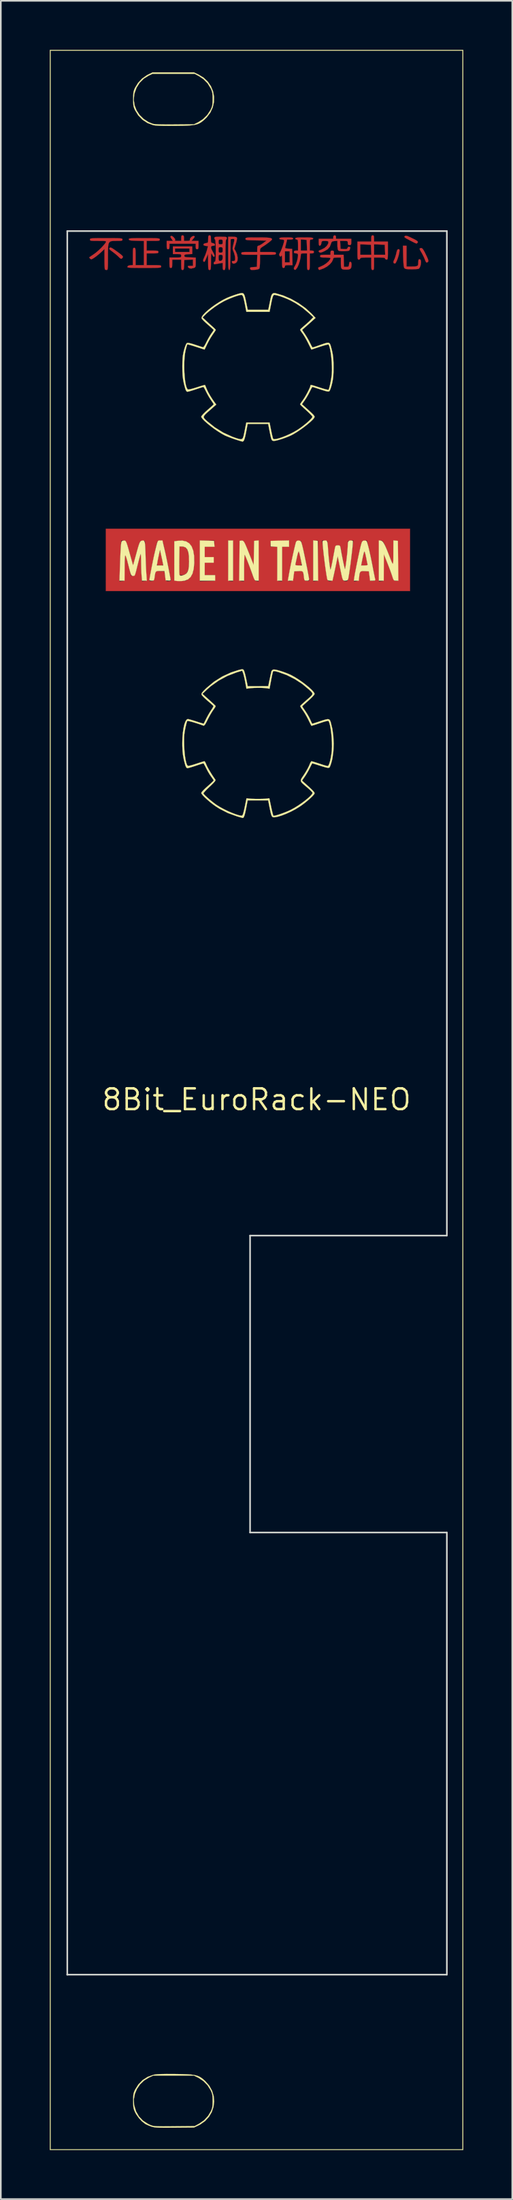
<source format=kicad_pcb>
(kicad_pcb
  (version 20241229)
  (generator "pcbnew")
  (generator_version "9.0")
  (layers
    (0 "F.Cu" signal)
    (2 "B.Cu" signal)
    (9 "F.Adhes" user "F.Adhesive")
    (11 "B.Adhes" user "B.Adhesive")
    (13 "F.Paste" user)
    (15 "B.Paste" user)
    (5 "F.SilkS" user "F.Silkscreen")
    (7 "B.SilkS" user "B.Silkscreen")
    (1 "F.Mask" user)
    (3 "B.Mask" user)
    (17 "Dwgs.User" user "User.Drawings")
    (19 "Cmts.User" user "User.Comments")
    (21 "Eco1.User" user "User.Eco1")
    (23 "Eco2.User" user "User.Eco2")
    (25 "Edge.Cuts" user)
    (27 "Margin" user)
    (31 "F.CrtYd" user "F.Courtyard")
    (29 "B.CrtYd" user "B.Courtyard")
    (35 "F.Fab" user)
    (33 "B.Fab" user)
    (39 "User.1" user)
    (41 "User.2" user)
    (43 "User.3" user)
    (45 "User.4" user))
  (footprint "8Bit_EuroRack-NEO"
    (layer "F.Cu")
    (at 12.663 64.225)
    (property "Reference" "8Bit_EuroRack-NEO" (at 0 0 0) (layer "F.SilkS") (effects (font (size 1.27 1.27) (thickness 0.15))))
    (attr through_hole)
    (fp_poly (pts (xy -4.582 -33.839) (xy -4.42 -33.807) (xy -4.298 -33.724) (xy -4.213 -33.581) (xy -4.16 -33.374) (xy -4.136 -33.093) (xy -4.134 -33.02) (xy -4.142 -32.696) (xy -4.178 -32.447) (xy -4.245 -32.267) (xy -4.345 -32.152) (xy -4.481 -32.096) (xy -4.571 -32.089) (xy -4.743 -32.089) (xy -4.732 -32.967) (xy -4.72 -33.846) (xy -4.582 -33.839)) (stroke (width 0.01) (type solid)) (fill yes) (layer "F.Cu"))
    (fp_poly (pts (xy 6.624 -33.517) (xy 6.653 -33.423) (xy 6.687 -33.28) (xy 6.704 -33.199) (xy 6.74 -33.024) (xy 6.772 -32.875) (xy 6.795 -32.775) (xy 6.8 -32.755) (xy 6.801 -32.711) (xy 6.759 -32.689) (xy 6.655 -32.682) (xy 6.615 -32.681) (xy 6.408 -32.681) (xy 6.495 -33.101) (xy 6.534 -33.28) (xy 6.569 -33.425) (xy 6.596 -33.519) (xy 6.606 -33.544) (xy 6.624 -33.517)) (stroke (width 0.01) (type solid)) (fill yes) (layer "F.Cu"))
    (fp_poly (pts (xy -8.911 -52.123) (xy -8.831 -52.082) (xy -8.708 -52.001) (xy -8.595 -51.92) (xy -8.411 -51.786) (xy -8.287 -51.689) (xy -8.215 -51.621) (xy -8.186 -51.572) (xy -8.191 -51.531) (xy -8.213 -51.498) (xy -8.265 -51.448) (xy -8.315 -51.447) (xy -8.386 -51.501) (xy -8.445 -51.561) (xy -8.542 -51.652) (xy -8.679 -51.765) (xy -8.812 -51.867) (xy -8.939 -51.963) (xy -9.005 -52.026) (xy -9.021 -52.069) (xy -8.998 -52.107) (xy -8.962 -52.129) (xy -8.911 -52.123)) (stroke (width 0.01) (type solid)) (fill yes) (layer "F.Cu"))
    (fp_poly (pts (xy -5.899 -33.524) (xy -5.872 -33.429) (xy -5.839 -33.287) (xy -5.825 -33.222) (xy -5.789 -33.048) (xy -5.758 -32.896) (xy -5.737 -32.793) (xy -5.733 -32.777) (xy -5.729 -32.718) (xy -5.761 -32.69) (xy -5.85 -32.682) (xy -5.905 -32.681) (xy -6.026 -32.688) (xy -6.083 -32.712) (xy -6.095 -32.755) (xy -6.086 -32.83) (xy -6.062 -32.955) (xy -6.03 -33.109) (xy -5.994 -33.269) (xy -5.959 -33.412) (xy -5.931 -33.515) (xy -5.916 -33.553) (xy -5.899 -33.524)) (stroke (width 0.01) (type solid)) (fill yes) (layer "F.Cu"))
    (fp_poly (pts (xy 2.605 -33.486) (xy 2.634 -33.373) (xy 2.668 -33.224) (xy 2.702 -33.062) (xy 2.73 -32.91) (xy 2.748 -32.792) (xy 2.752 -32.744) (xy 2.726 -32.703) (xy 2.64 -32.684) (xy 2.558 -32.681) (xy 2.44 -32.686) (xy 2.388 -32.706) (xy 2.384 -32.748) (xy 2.386 -32.755) (xy 2.404 -32.829) (xy 2.433 -32.962) (xy 2.468 -33.13) (xy 2.482 -33.2) (xy 2.518 -33.359) (xy 2.551 -33.477) (xy 2.577 -33.536) (xy 2.586 -33.538) (xy 2.605 -33.486)) (stroke (width 0.01) (type solid)) (fill yes) (layer "F.Cu"))
    (fp_poly (pts (xy 8.739 -52.019) (xy 8.757 -51.978) (xy 8.751 -51.883) (xy 8.743 -51.827) (xy 8.712 -51.68) (xy 8.664 -51.517) (xy 8.607 -51.362) (xy 8.55 -51.236) (xy 8.501 -51.162) (xy 8.486 -51.152) (xy 8.421 -51.165) (xy 8.397 -51.183) (xy 8.379 -51.244) (xy 8.414 -51.351) (xy 8.431 -51.384) (xy 8.485 -51.516) (xy 8.536 -51.684) (xy 8.56 -51.783) (xy 8.595 -51.926) (xy 8.632 -52.001) (xy 8.679 -52.027) (xy 8.692 -52.028) (xy 8.739 -52.019)) (stroke (width 0.01) (type solid)) (fill yes) (layer "F.Cu"))
    (fp_poly (pts (xy 10.154 -52.069) (xy 10.215 -51.991) (xy 10.293 -51.855) (xy 10.365 -51.71) (xy 10.454 -51.522) (xy 10.506 -51.395) (xy 10.523 -51.312) (xy 10.508 -51.262) (xy 10.466 -51.228) (xy 10.416 -51.213) (xy 10.377 -51.243) (xy 10.335 -51.332) (xy 10.312 -51.393) (xy 10.247 -51.547) (xy 10.159 -51.724) (xy 10.097 -51.833) (xy 10.023 -51.96) (xy 9.99 -52.033) (xy 9.994 -52.07) (xy 10.03 -52.09) (xy 10.04 -52.093) (xy 10.099 -52.099) (xy 10.154 -52.069)) (stroke (width 0.01) (type solid)) (fill yes) (layer "F.Cu"))
    (fp_poly (pts (xy 9.265 -52.823) (xy 9.41 -52.758) (xy 9.426 -52.751) (xy 9.633 -52.652) (xy 9.771 -52.578) (xy 9.85 -52.522) (xy 9.88 -52.478) (xy 9.869 -52.438) (xy 9.861 -52.427) (xy 9.836 -52.396) (xy 9.81 -52.38) (xy 9.771 -52.384) (xy 9.701 -52.411) (xy 9.588 -52.467) (xy 9.415 -52.556) (xy 9.386 -52.571) (xy 9.216 -52.66) (xy 9.113 -52.722) (xy 9.063 -52.766) (xy 9.058 -52.8) (xy 9.076 -52.824) (xy 9.116 -52.852) (xy 9.173 -52.852) (xy 9.265 -52.823)) (stroke (width 0.01) (type solid)) (fill yes) (layer "F.Cu"))
    (fp_poly (pts (xy 9.186 -50.969) (xy 9.52 -50.969) (xy 9.702 -50.973) (xy 9.816 -50.991) (xy 9.877 -51.035) (xy 9.901 -51.117) (xy 9.906 -51.241) (xy 9.916 -51.363) (xy 9.952 -51.414) (xy 10.016 -51.406) (xy 10.06 -51.349) (xy 10.073 -51.24) (xy 10.061 -51.107) (xy 10.027 -50.975) (xy 9.974 -50.871) (xy 9.935 -50.833) (xy 9.872 -50.819) (xy 9.747 -50.808) (xy 9.582 -50.802) (xy 9.498 -50.801) (xy 9.303 -50.804) (xy 9.175 -50.815) (xy 9.097 -50.837) (xy 9.054 -50.87) (xy 9.029 -50.929) (xy 9.009 -51.042) (xy 8.995 -51.219) (xy 8.985 -51.468) (xy 8.981 -51.59) (xy 8.967 -52.239) (xy 9.186 -52.239) (xy 9.186 -50.969)) (stroke (width 0.01) (type solid)) (fill yes) (layer "F.Cu"))
    (fp_poly (pts (xy -1.322 -52.783) (xy -1.233 -52.76) (xy -1.201 -52.727) (xy -1.201 -52.658) (xy -1.223 -52.534) (xy -1.263 -52.38) (xy -1.269 -52.359) (xy -1.362 -52.055) (xy -1.275 -51.901) (xy -1.194 -51.706) (xy -1.157 -51.506) (xy -1.17 -51.333) (xy -1.18 -51.299) (xy -1.244 -51.209) (xy -1.335 -51.155) (xy -1.427 -51.146) (xy -1.486 -51.186) (xy -1.52 -51.266) (xy -1.485 -51.302) (xy -1.418 -51.308) (xy -1.35 -51.317) (xy -1.32 -51.36) (xy -1.312 -51.46) (xy -1.312 -51.48) (xy -1.33 -51.625) (xy -1.375 -51.79) (xy -1.4 -51.855) (xy -1.447 -51.973) (xy -1.465 -52.063) (xy -1.457 -52.162) (xy -1.423 -52.304) (xy -1.421 -52.314) (xy -1.378 -52.485) (xy -1.361 -52.589) (xy -1.37 -52.642) (xy -1.409 -52.659) (xy -1.471 -52.655) (xy -1.587 -52.642) (xy -1.599 -51.7) (xy -1.603 -51.389) (xy -1.609 -51.153) (xy -1.616 -50.982) (xy -1.626 -50.867) (xy -1.639 -50.798) (xy -1.656 -50.765) (xy -1.673 -50.758) (xy -1.693 -50.768) (xy -1.708 -50.805) (xy -1.72 -50.878) (xy -1.727 -50.996) (xy -1.732 -51.169) (xy -1.735 -51.407) (xy -1.736 -51.719) (xy -1.736 -51.774) (xy -1.736 -52.79) (xy -1.48 -52.79) (xy -1.322 -52.783)) (stroke (width 0.01) (type solid)) (fill yes) (layer "F.Cu"))
    (fp_poly (pts (xy -4.474 -52.86) (xy -4.45 -52.803) (xy -4.445 -52.705) (xy -4.445 -52.536) (xy -4.256 -52.536) (xy -4.133 -52.544) (xy -4.085 -52.57) (xy -4.087 -52.589) (xy -4.077 -52.666) (xy -4.016 -52.751) (xy -3.932 -52.818) (xy -3.851 -52.84) (xy -3.837 -52.837) (xy -3.793 -52.812) (xy -3.794 -52.775) (xy -3.846 -52.703) (xy -3.873 -52.671) (xy -3.987 -52.536) (xy -3.556 -52.536) (xy -3.556 -52.282) (xy -3.559 -52.14) (xy -3.573 -52.063) (xy -3.603 -52.032) (xy -3.641 -52.028) (xy -3.696 -52.042) (xy -3.721 -52.099) (xy -3.725 -52.197) (xy -3.725 -52.366) (xy -5.334 -52.366) (xy -5.334 -52.197) (xy -5.341 -52.086) (xy -5.37 -52.037) (xy -5.419 -52.028) (xy -5.466 -52.037) (xy -5.492 -52.078) (xy -5.502 -52.169) (xy -5.503 -52.282) (xy -5.503 -52.536) (xy -5.117 -52.536) (xy -5.21 -52.667) (xy -5.267 -52.758) (xy -5.272 -52.81) (xy -5.245 -52.836) (xy -5.182 -52.84) (xy -5.097 -52.775) (xy -5.065 -52.742) (xy -4.993 -52.652) (xy -4.979 -52.599) (xy -5.002 -52.573) (xy -5.002 -52.551) (xy -4.923 -52.539) (xy -4.837 -52.536) (xy -4.614 -52.536) (xy -4.614 -52.705) (xy -4.607 -52.816) (xy -4.579 -52.865) (xy -4.53 -52.874) (xy -4.474 -52.86)) (stroke (width 0.01) (type solid)) (fill yes) (layer "F.Cu"))
    (fp_poly (pts (xy 2.018 -52.745) (xy 2.144 -52.738) (xy 2.214 -52.722) (xy 2.242 -52.697) (xy 2.244 -52.684) (xy 2.218 -52.641) (xy 2.132 -52.623) (xy 2.058 -52.62) (xy 1.873 -52.62) (xy 1.823 -52.419) (xy 1.79 -52.285) (xy 1.761 -52.177) (xy 1.753 -52.146) (xy 1.753 -52.103) (xy 1.799 -52.079) (xy 1.906 -52.065) (xy 1.956 -52.062) (xy 2.18 -52.049) (xy 2.192 -51.551) (xy 2.204 -51.054) (xy 1.97 -51.054) (xy 1.835 -51.05) (xy 1.764 -51.035) (xy 1.738 -51) (xy 1.736 -50.969) (xy 1.706 -50.899) (xy 1.651 -50.885) (xy 1.612 -50.891) (xy 1.587 -50.919) (xy 1.573 -50.985) (xy 1.567 -51.105) (xy 1.565 -51.293) (xy 1.565 -51.297) (xy 1.563 -51.486) (xy 1.555 -51.6) (xy 1.543 -51.647) (xy 1.522 -51.638) (xy 1.517 -51.629) (xy 1.476 -51.573) (xy 1.44 -51.59) (xy 1.415 -51.622) (xy 1.386 -51.686) (xy 1.403 -51.759) (xy 1.443 -51.831) (xy 1.478 -51.901) (xy 1.736 -51.901) (xy 1.736 -51.223) (xy 2.032 -51.223) (xy 2.032 -51.901) (xy 1.736 -51.901) (xy 1.478 -51.901) (xy 1.496 -51.937) (xy 1.557 -52.088) (xy 1.616 -52.255) (xy 1.664 -52.412) (xy 1.69 -52.53) (xy 1.693 -52.561) (xy 1.654 -52.606) (xy 1.545 -52.62) (xy 1.436 -52.634) (xy 1.397 -52.678) (xy 1.397 -52.684) (xy 1.411 -52.713) (xy 1.462 -52.732) (xy 1.565 -52.743) (xy 1.732 -52.747) (xy 1.82 -52.747) (xy 2.018 -52.745)) (stroke (width 0.01) (type solid)) (fill yes) (layer "F.Cu"))
    (fp_poly (pts (xy 7.165 -52.862) (xy 7.19 -52.81) (xy 7.197 -52.698) (xy 7.197 -52.684) (xy 7.197 -52.493) (xy 8.043 -52.493) (xy 8.043 -51.943) (xy 8.043 -51.718) (xy 8.039 -51.565) (xy 8.031 -51.469) (xy 8.015 -51.417) (xy 7.991 -51.396) (xy 7.959 -51.393) (xy 7.89 -51.419) (xy 7.874 -51.456) (xy 7.858 -51.489) (xy 7.8 -51.508) (xy 7.685 -51.518) (xy 7.535 -51.52) (xy 7.197 -51.52) (xy 7.197 -51.139) (xy 7.195 -50.958) (xy 7.189 -50.845) (xy 7.173 -50.785) (xy 7.145 -50.761) (xy 7.112 -50.758) (xy 7.072 -50.764) (xy 7.047 -50.794) (xy 7.033 -50.863) (xy 7.028 -50.988) (xy 7.027 -51.139) (xy 7.027 -51.52) (xy 6.689 -51.52) (xy 6.515 -51.517) (xy 6.411 -51.506) (xy 6.361 -51.484) (xy 6.35 -51.456) (xy 6.315 -51.404) (xy 6.265 -51.393) (xy 6.231 -51.397) (xy 6.207 -51.42) (xy 6.192 -51.475) (xy 6.184 -51.575) (xy 6.182 -51.689) (xy 6.35 -51.689) (xy 7.031 -51.689) (xy 7.197 -51.689) (xy 7.878 -51.689) (xy 7.865 -51.996) (xy 7.853 -52.303) (xy 7.525 -52.315) (xy 7.197 -52.328) (xy 7.197 -51.689) (xy 7.031 -51.689) (xy 7.019 -51.996) (xy 7.006 -52.303) (xy 6.678 -52.315) (xy 6.35 -52.328) (xy 6.35 -51.689) (xy 6.182 -51.689) (xy 6.181 -51.734) (xy 6.181 -51.943) (xy 6.181 -52.493) (xy 7.027 -52.493) (xy 7.027 -52.684) (xy 7.033 -52.803) (xy 7.056 -52.859) (xy 7.106 -52.874) (xy 7.112 -52.874) (xy 7.165 -52.862)) (stroke (width 0.01) (type solid)) (fill yes) (layer "F.Cu"))
    (fp_poly (pts (xy 4.711 -51.929) (xy 4.739 -51.871) (xy 4.741 -51.816) (xy 4.741 -51.689) (xy 5.331 -51.689) (xy 5.343 -51.319) (xy 5.355 -50.948) (xy 5.503 -50.948) (xy 5.6 -50.955) (xy 5.645 -50.99) (xy 5.662 -51.08) (xy 5.665 -51.109) (xy 5.683 -51.217) (xy 5.718 -51.257) (xy 5.749 -51.256) (xy 5.797 -51.224) (xy 5.816 -51.139) (xy 5.817 -51.062) (xy 5.799 -50.912) (xy 5.744 -50.825) (xy 5.634 -50.786) (xy 5.512 -50.779) (xy 5.35 -50.784) (xy 5.249 -50.807) (xy 5.193 -50.865) (xy 5.17 -50.973) (xy 5.165 -51.147) (xy 5.165 -51.18) (xy 5.165 -51.52) (xy 4.935 -51.52) (xy 4.802 -51.517) (xy 4.731 -51.5) (xy 4.696 -51.458) (xy 4.677 -51.388) (xy 4.611 -51.249) (xy 4.484 -51.103) (xy 4.316 -50.968) (xy 4.126 -50.863) (xy 4.08 -50.844) (xy 3.942 -50.792) (xy 3.863 -50.767) (xy 3.824 -50.768) (xy 3.805 -50.793) (xy 3.792 -50.827) (xy 3.775 -50.874) (xy 3.784 -50.903) (xy 3.836 -50.931) (xy 3.937 -50.97) (xy 4.115 -51.057) (xy 4.281 -51.169) (xy 4.416 -51.29) (xy 4.504 -51.407) (xy 4.529 -51.488) (xy 4.491 -51.503) (xy 4.388 -51.514) (xy 4.242 -51.52) (xy 4.212 -51.52) (xy 4.05 -51.522) (xy 3.955 -51.531) (xy 3.909 -51.552) (xy 3.895 -51.589) (xy 3.895 -51.604) (xy 3.902 -51.648) (xy 3.936 -51.673) (xy 4.015 -51.685) (xy 4.155 -51.689) (xy 4.212 -51.689) (xy 4.53 -51.689) (xy 4.53 -51.816) (xy 4.541 -51.907) (xy 4.589 -51.94) (xy 4.636 -51.943) (xy 4.711 -51.929)) (stroke (width 0.01) (type solid)) (fill yes) (layer "F.Cu"))
    (fp_poly (pts (xy -2.83 -52.864) (xy -2.804 -52.82) (xy -2.795 -52.722) (xy -2.794 -52.644) (xy -2.791 -52.512) (xy -2.775 -52.441) (xy -2.736 -52.411) (xy -2.678 -52.401) (xy -2.581 -52.365) (xy -2.548 -52.313) (xy -2.557 -52.26) (xy -2.625 -52.24) (xy -2.664 -52.239) (xy -2.759 -52.219) (xy -2.794 -52.154) (xy -2.767 -52.04) (xy -2.68 -51.873) (xy -2.666 -51.85) (xy -2.586 -51.698) (xy -2.566 -51.602) (xy -2.606 -51.563) (xy -2.619 -51.562) (xy -2.658 -51.596) (xy -2.71 -51.68) (xy -2.72 -51.7) (xy -2.748 -51.753) (xy -2.767 -51.772) (xy -2.78 -51.748) (xy -2.786 -51.669) (xy -2.79 -51.527) (xy -2.791 -51.311) (xy -2.791 -51.297) (xy -2.793 -51.075) (xy -2.798 -50.924) (xy -2.807 -50.83) (xy -2.823 -50.781) (xy -2.849 -50.761) (xy -2.879 -50.758) (xy -2.915 -50.763) (xy -2.939 -50.788) (xy -2.954 -50.846) (xy -2.961 -50.953) (xy -2.965 -51.122) (xy -2.965 -51.255) (xy -2.967 -51.752) (xy -3.077 -51.485) (xy -3.138 -51.344) (xy -3.181 -51.272) (xy -3.216 -51.256) (xy -3.243 -51.273) (xy -3.27 -51.319) (xy -3.263 -51.386) (xy -3.219 -51.496) (xy -3.195 -51.548) (xy -3.121 -51.723) (xy -3.055 -51.914) (xy -3.032 -51.992) (xy -2.974 -52.218) (xy -3.12 -52.231) (xy -3.225 -52.261) (xy -3.258 -52.312) (xy -3.222 -52.365) (xy -3.117 -52.399) (xy -3.101 -52.401) (xy -3.022 -52.412) (xy -2.981 -52.441) (xy -2.966 -52.511) (xy -2.963 -52.642) (xy -2.963 -52.644) (xy -2.96 -52.778) (xy -2.943 -52.847) (xy -2.907 -52.872) (xy -2.879 -52.874) (xy -2.83 -52.864)) (stroke (width 0.01) (type solid)) (fill yes) (layer "F.Cu"))
    (fp_poly (pts (xy -3.937 -51.736) (xy -4.18 -51.723) (xy -4.319 -51.712) (xy -4.393 -51.692) (xy -4.421 -51.656) (xy -4.424 -51.626) (xy -4.416 -51.583) (xy -4.382 -51.557) (xy -4.305 -51.541) (xy -4.169 -51.532) (xy -4.075 -51.529) (xy -3.725 -51.516) (xy -3.725 -51.221) (xy -3.728 -51.064) (xy -3.739 -50.972) (xy -3.765 -50.921) (xy -3.815 -50.891) (xy -3.834 -50.884) (xy -4 -50.845) (xy -4.125 -50.865) (xy -4.191 -50.927) (xy -4.212 -50.981) (xy -4.187 -51.005) (xy -4.098 -51.012) (xy -4.065 -51.012) (xy -3.895 -51.012) (xy -3.895 -51.397) (xy -4.159 -51.384) (xy -4.424 -51.371) (xy -4.436 -51.065) (xy -4.445 -50.905) (xy -4.46 -50.812) (xy -4.485 -50.769) (xy -4.526 -50.758) (xy -4.532 -50.758) (xy -4.574 -50.766) (xy -4.599 -50.801) (xy -4.611 -50.882) (xy -4.614 -51.025) (xy -4.614 -51.075) (xy -4.614 -51.393) (xy -5.165 -51.393) (xy -5.165 -51.139) (xy -5.168 -50.997) (xy -5.181 -50.92) (xy -5.212 -50.889) (xy -5.249 -50.885) (xy -5.293 -50.892) (xy -5.318 -50.926) (xy -5.33 -51.005) (xy -5.334 -51.145) (xy -5.334 -51.202) (xy -5.334 -51.52) (xy -4.974 -51.52) (xy -4.8 -51.521) (xy -4.694 -51.527) (xy -4.638 -51.543) (xy -4.618 -51.575) (xy -4.614 -51.626) (xy -4.62 -51.684) (xy -4.649 -51.716) (xy -4.722 -51.729) (xy -4.859 -51.731) (xy -4.868 -51.731) (xy -5.122 -51.731) (xy -5.122 -52.07) (xy -4.995 -52.07) (xy -4.995 -51.858) (xy -4.106 -51.858) (xy -4.106 -52.07) (xy -4.995 -52.07) (xy -5.122 -52.07) (xy -5.122 -52.197) (xy -3.937 -52.197) (xy -3.937 -51.736)) (stroke (width 0.01) (type solid)) (fill yes) (layer "F.Cu"))
    (fp_poly (pts (xy -8.893 -52.705) (xy -8.652 -52.703) (xy -8.476 -52.7) (xy -8.355 -52.694) (xy -8.278 -52.684) (xy -8.235 -52.67) (xy -8.217 -52.651) (xy -8.213 -52.625) (xy -8.213 -52.62) (xy -8.219 -52.58) (xy -8.249 -52.555) (xy -8.319 -52.542) (xy -8.445 -52.536) (xy -8.589 -52.536) (xy -8.751 -52.535) (xy -8.875 -52.525) (xy -8.966 -52.497) (xy -9.028 -52.44) (xy -9.068 -52.345) (xy -9.09 -52.2) (xy -9.099 -51.997) (xy -9.102 -51.724) (xy -9.102 -51.542) (xy -9.102 -51.266) (xy -9.104 -51.064) (xy -9.11 -50.923) (xy -9.119 -50.834) (xy -9.133 -50.784) (xy -9.153 -50.762) (xy -9.179 -50.758) (xy -9.26 -50.771) (xy -9.285 -50.786) (xy -9.295 -50.836) (xy -9.304 -50.955) (xy -9.31 -51.128) (xy -9.313 -51.337) (xy -9.313 -51.43) (xy -9.313 -52.046) (xy -9.514 -51.852) (xy -9.661 -51.721) (xy -9.824 -51.591) (xy -9.921 -51.521) (xy -10.039 -51.445) (xy -10.11 -51.414) (xy -10.158 -51.421) (xy -10.193 -51.45) (xy -10.239 -51.509) (xy -10.242 -51.533) (xy -10.2 -51.563) (xy -10.107 -51.626) (xy -9.982 -51.711) (xy -9.966 -51.721) (xy -9.812 -51.838) (xy -9.642 -51.987) (xy -9.478 -52.148) (xy -9.338 -52.302) (xy -9.241 -52.43) (xy -9.226 -52.455) (xy -9.213 -52.489) (xy -9.223 -52.512) (xy -9.27 -52.526) (xy -9.366 -52.533) (xy -9.525 -52.535) (xy -9.693 -52.536) (xy -9.908 -52.536) (xy -10.052 -52.541) (xy -10.139 -52.55) (xy -10.184 -52.568) (xy -10.2 -52.595) (xy -10.202 -52.62) (xy -10.199 -52.647) (xy -10.184 -52.668) (xy -10.146 -52.683) (xy -10.075 -52.693) (xy -9.961 -52.699) (xy -9.794 -52.703) (xy -9.564 -52.705) (xy -9.262 -52.705) (xy -9.207 -52.705) (xy -8.893 -52.705)) (stroke (width 0.01) (type solid)) (fill yes) (layer "F.Cu"))
    (fp_poly (pts (xy 4.85 -52.85) (xy 4.868 -52.769) (xy 4.868 -52.663) (xy 5.8 -52.663) (xy 5.8 -52.472) (xy 5.795 -52.355) (xy 5.774 -52.299) (xy 5.722 -52.282) (xy 5.694 -52.282) (xy 5.618 -52.295) (xy 5.591 -52.353) (xy 5.588 -52.409) (xy 5.584 -52.481) (xy 5.559 -52.519) (xy 5.491 -52.533) (xy 5.36 -52.536) (xy 5.118 -52.536) (xy 5.131 -52.292) (xy 5.144 -52.049) (xy 5.348 -52.036) (xy 5.474 -52.033) (xy 5.54 -52.05) (xy 5.57 -52.095) (xy 5.576 -52.112) (xy 5.618 -52.177) (xy 5.661 -52.178) (xy 5.723 -52.157) (xy 5.736 -52.155) (xy 5.737 -52.119) (xy 5.719 -52.038) (xy 5.698 -51.978) (xy 5.662 -51.942) (xy 5.591 -51.923) (xy 5.465 -51.913) (xy 5.38 -51.909) (xy 5.193 -51.909) (xy 5.063 -51.925) (xy 5.013 -51.946) (xy 4.973 -52.028) (xy 4.954 -52.189) (xy 4.953 -52.268) (xy 4.953 -52.541) (xy 4.776 -52.528) (xy 4.661 -52.512) (xy 4.601 -52.475) (xy 4.567 -52.394) (xy 4.561 -52.371) (xy 4.484 -52.175) (xy 4.36 -52.03) (xy 4.172 -51.916) (xy 4.022 -51.85) (xy 3.927 -51.823) (xy 3.865 -51.83) (xy 3.817 -51.871) (xy 3.815 -51.874) (xy 3.801 -51.913) (xy 3.842 -51.951) (xy 3.948 -51.997) (xy 3.988 -52.012) (xy 4.162 -52.102) (xy 4.3 -52.226) (xy 4.385 -52.365) (xy 4.403 -52.457) (xy 4.389 -52.505) (xy 4.335 -52.528) (xy 4.221 -52.536) (xy 4.194 -52.536) (xy 4.069 -52.533) (xy 4.006 -52.514) (xy 3.98 -52.465) (xy 3.971 -52.398) (xy 3.938 -52.285) (xy 3.884 -52.247) (xy 3.84 -52.251) (xy 3.818 -52.298) (xy 3.81 -52.406) (xy 3.81 -52.448) (xy 3.81 -52.663) (xy 4.699 -52.663) (xy 4.699 -52.769) (xy 4.719 -52.851) (xy 4.784 -52.874) (xy 4.85 -52.85)) (stroke (width 0.01) (type solid)) (fill yes) (layer "F.Cu"))
    (fp_poly (pts (xy -6.574 -52.705) (xy -6.341 -52.703) (xy -6.171 -52.7) (xy -6.056 -52.693) (xy -5.984 -52.683) (xy -5.945 -52.668) (xy -5.93 -52.647) (xy -5.927 -52.62) (xy -5.933 -52.581) (xy -5.961 -52.556) (xy -6.028 -52.543) (xy -6.149 -52.537) (xy -6.329 -52.536) (xy -6.731 -52.536) (xy -6.731 -51.943) (xy -6.371 -51.943) (xy -6.196 -51.941) (xy -6.089 -51.934) (xy -6.034 -51.917) (xy -6.014 -51.887) (xy -6.011 -51.858) (xy -6.018 -51.817) (xy -6.049 -51.792) (xy -6.121 -51.779) (xy -6.251 -51.774) (xy -6.371 -51.774) (xy -6.731 -51.774) (xy -6.731 -51.054) (xy -6.287 -51.054) (xy -6.088 -51.053) (xy -5.96 -51.048) (xy -5.886 -51.036) (xy -5.852 -51.014) (xy -5.842 -50.98) (xy -5.842 -50.969) (xy -5.845 -50.943) (xy -5.86 -50.923) (xy -5.897 -50.908) (xy -5.966 -50.898) (xy -6.078 -50.891) (xy -6.24 -50.887) (xy -6.465 -50.885) (xy -6.76 -50.885) (xy -6.882 -50.885) (xy -7.206 -50.885) (xy -7.454 -50.887) (xy -7.637 -50.89) (xy -7.765 -50.896) (xy -7.846 -50.905) (xy -7.89 -50.918) (xy -7.908 -50.936) (xy -7.909 -50.959) (xy -7.863 -51.017) (xy -7.749 -51.045) (xy -7.736 -51.046) (xy -7.578 -51.059) (xy -7.578 -51.586) (xy -7.577 -51.805) (xy -7.573 -51.953) (xy -7.564 -52.044) (xy -7.547 -52.092) (xy -7.521 -52.11) (xy -7.493 -52.112) (xy -7.458 -52.108) (xy -7.434 -52.084) (xy -7.419 -52.028) (xy -7.412 -51.925) (xy -7.409 -51.763) (xy -7.408 -51.583) (xy -7.408 -51.054) (xy -6.9 -51.054) (xy -6.9 -52.533) (xy -7.355 -52.545) (xy -7.559 -52.552) (xy -7.693 -52.562) (xy -7.772 -52.578) (xy -7.811 -52.602) (xy -7.824 -52.631) (xy -7.823 -52.655) (xy -7.804 -52.673) (xy -7.757 -52.686) (xy -7.671 -52.695) (xy -7.537 -52.701) (xy -7.345 -52.704) (xy -7.084 -52.705) (xy -6.882 -52.705) (xy -6.574 -52.705)) (stroke (width 0.01) (type solid)) (fill yes) (layer "F.Cu"))
    (fp_poly (pts (xy 0.372 -52.746) (xy 0.593 -52.74) (xy 0.75 -52.729) (xy 0.851 -52.713) (xy 0.907 -52.691) (xy 0.909 -52.69) (xy 0.945 -52.656) (xy 0.944 -52.619) (xy 0.896 -52.565) (xy 0.791 -52.478) (xy 0.761 -52.454) (xy 0.615 -52.344) (xy 0.468 -52.242) (xy 0.373 -52.183) (xy 0.264 -52.107) (xy 0.218 -52.028) (xy 0.212 -51.975) (xy 0.212 -51.858) (xy 0.699 -51.858) (xy 0.908 -51.857) (xy 1.047 -51.853) (xy 1.129 -51.843) (xy 1.17 -51.824) (xy 1.184 -51.794) (xy 1.185 -51.774) (xy 1.18 -51.737) (xy 1.155 -51.713) (xy 1.096 -51.699) (xy 0.988 -51.692) (xy 0.818 -51.689) (xy 0.699 -51.689) (xy 0.212 -51.689) (xy 0.211 -51.297) (xy 0.207 -51.118) (xy 0.196 -50.967) (xy 0.18 -50.868) (xy 0.172 -50.845) (xy 0.104 -50.804) (xy -0.032 -50.775) (xy -0.117 -50.767) (xy -0.259 -50.759) (xy -0.338 -50.767) (xy -0.377 -50.796) (xy -0.392 -50.836) (xy -0.396 -50.887) (xy -0.364 -50.916) (xy -0.275 -50.93) (xy -0.197 -50.936) (xy 0.021 -50.948) (xy 0.033 -51.319) (xy 0.046 -51.689) (xy -0.443 -51.689) (xy -0.652 -51.69) (xy -0.792 -51.694) (xy -0.875 -51.704) (xy -0.916 -51.723) (xy -0.93 -51.753) (xy -0.931 -51.774) (xy -0.926 -51.81) (xy -0.901 -51.834) (xy -0.842 -51.849) (xy -0.734 -51.856) (xy -0.564 -51.858) (xy -0.445 -51.858) (xy 0.042 -51.858) (xy 0.042 -52.049) (xy 0.049 -52.17) (xy 0.074 -52.227) (xy 0.116 -52.24) (xy 0.188 -52.265) (xy 0.299 -52.328) (xy 0.402 -52.399) (xy 0.614 -52.557) (xy -0.032 -52.569) (xy -0.278 -52.574) (xy -0.453 -52.58) (xy -0.567 -52.588) (xy -0.634 -52.602) (xy -0.667 -52.622) (xy -0.677 -52.65) (xy -0.677 -52.664) (xy -0.673 -52.694) (xy -0.654 -52.715) (xy -0.608 -52.73) (xy -0.523 -52.74) (xy -0.388 -52.745) (xy -0.192 -52.747) (xy 0.077 -52.747) (xy 0.372 -52.746)) (stroke (width 0.01) (type solid)) (fill yes) (layer "F.Cu"))
    (fp_poly (pts (xy 3.15 -52.746) (xy 3.307 -52.741) (xy 3.405 -52.73) (xy 3.455 -52.713) (xy 3.471 -52.688) (xy 3.471 -52.684) (xy 3.435 -52.633) (xy 3.365 -52.62) (xy 3.313 -52.617) (xy 3.282 -52.594) (xy 3.266 -52.536) (xy 3.26 -52.424) (xy 3.26 -52.282) (xy 3.26 -51.943) (xy 3.387 -51.943) (xy 3.48 -51.93) (xy 3.512 -51.88) (xy 3.514 -51.858) (xy 3.494 -51.796) (xy 3.419 -51.775) (xy 3.387 -51.774) (xy 3.26 -51.774) (xy 3.26 -51.266) (xy 3.259 -51.051) (xy 3.255 -50.907) (xy 3.245 -50.82) (xy 3.228 -50.776) (xy 3.2 -50.759) (xy 3.175 -50.758) (xy 3.139 -50.763) (xy 3.115 -50.787) (xy 3.101 -50.845) (xy 3.093 -50.95) (xy 3.091 -51.116) (xy 3.09 -51.266) (xy 3.09 -51.774) (xy 2.9 -51.774) (xy 2.783 -51.77) (xy 2.727 -51.748) (xy 2.71 -51.696) (xy 2.709 -51.656) (xy 2.692 -51.495) (xy 2.646 -51.299) (xy 2.583 -51.103) (xy 2.513 -50.942) (xy 2.485 -50.896) (xy 2.414 -50.798) (xy 2.367 -50.764) (xy 2.323 -50.782) (xy 2.299 -50.804) (xy 2.282 -50.86) (xy 2.322 -50.951) (xy 2.35 -50.996) (xy 2.428 -51.15) (xy 2.492 -51.349) (xy 2.532 -51.555) (xy 2.54 -51.67) (xy 2.526 -51.744) (xy 2.467 -51.771) (xy 2.413 -51.774) (xy 2.32 -51.787) (xy 2.287 -51.836) (xy 2.286 -51.858) (xy 2.306 -51.92) (xy 2.38 -51.942) (xy 2.413 -51.943) (xy 2.54 -51.943) (xy 2.709 -51.943) (xy 3.094 -51.943) (xy 3.069 -52.599) (xy 2.889 -52.612) (xy 2.709 -52.625) (xy 2.709 -51.943) (xy 2.54 -51.943) (xy 2.54 -52.282) (xy 2.538 -52.45) (xy 2.53 -52.552) (xy 2.511 -52.602) (xy 2.478 -52.619) (xy 2.455 -52.62) (xy 2.386 -52.647) (xy 2.371 -52.684) (xy 2.383 -52.71) (xy 2.428 -52.728) (xy 2.519 -52.74) (xy 2.667 -52.745) (xy 2.886 -52.747) (xy 2.921 -52.747) (xy 3.15 -52.746)) (stroke (width 0.01) (type solid)) (fill yes) (layer "F.Cu"))
    (fp_poly (pts (xy -2.02 -52.788) (xy -1.908 -52.782) (xy -1.848 -52.766) (xy -1.824 -52.738) (xy -1.82 -52.705) (xy -1.838 -52.636) (xy -1.863 -52.62) (xy -1.878 -52.579) (xy -1.89 -52.457) (xy -1.898 -52.259) (xy -1.903 -51.989) (xy -1.905 -51.689) (xy -1.905 -51.386) (xy -1.907 -51.156) (xy -1.91 -50.991) (xy -1.917 -50.879) (xy -1.928 -50.81) (xy -1.944 -50.774) (xy -1.965 -50.76) (xy -1.99 -50.758) (xy -2.04 -50.769) (xy -2.065 -50.815) (xy -2.074 -50.917) (xy -2.074 -50.975) (xy -2.074 -51.192) (xy -2.254 -51.163) (xy -2.392 -51.139) (xy -2.508 -51.116) (xy -2.529 -51.111) (xy -2.602 -51.108) (xy -2.624 -51.162) (xy -2.625 -51.176) (xy -2.599 -51.249) (xy -2.561 -51.266) (xy -2.537 -51.277) (xy -2.52 -51.318) (xy -2.508 -51.401) (xy -2.503 -51.498) (xy -2.328 -51.498) (xy -2.318 -51.369) (xy -2.278 -51.312) (xy -2.196 -51.315) (xy -2.141 -51.334) (xy -2.09 -51.396) (xy -2.074 -51.524) (xy -2.08 -51.631) (xy -2.108 -51.678) (xy -2.18 -51.689) (xy -2.201 -51.689) (xy -2.279 -51.683) (xy -2.316 -51.652) (xy -2.328 -51.57) (xy -2.328 -51.498) (xy -2.503 -51.498) (xy -2.501 -51.537) (xy -2.498 -51.737) (xy -2.498 -51.943) (xy -2.498 -51.985) (xy -2.328 -51.985) (xy -2.323 -51.877) (xy -2.296 -51.828) (xy -2.229 -51.816) (xy -2.201 -51.816) (xy -2.12 -51.823) (xy -2.084 -51.859) (xy -2.075 -51.949) (xy -2.074 -51.985) (xy -2.079 -52.094) (xy -2.107 -52.142) (xy -2.174 -52.154) (xy -2.201 -52.155) (xy -2.283 -52.148) (xy -2.319 -52.112) (xy -2.328 -52.022) (xy -2.328 -51.985) (xy -2.498 -51.985) (xy -2.5 -52.213) (xy -2.508 -52.42) (xy -2.512 -52.472) (xy -2.328 -52.472) (xy -2.321 -52.373) (xy -2.285 -52.332) (xy -2.201 -52.324) (xy -2.116 -52.332) (xy -2.081 -52.374) (xy -2.074 -52.472) (xy -2.081 -52.572) (xy -2.117 -52.613) (xy -2.201 -52.62) (xy -2.287 -52.612) (xy -2.322 -52.57) (xy -2.328 -52.472) (xy -2.512 -52.472) (xy -2.52 -52.557) (xy -2.536 -52.618) (xy -2.54 -52.62) (xy -2.574 -52.656) (xy -2.582 -52.705) (xy -2.576 -52.745) (xy -2.546 -52.77) (xy -2.477 -52.784) (xy -2.352 -52.789) (xy -2.201 -52.79) (xy -2.02 -52.788)) (stroke (width 0.01) (type solid)) (fill yes) (layer "F.Cu"))
    (fp_poly (pts (xy 9.398 -31.115) (xy -9.229 -31.115) (xy -9.229 -31.701) (xy -8.396 -31.701) (xy -8.394 -31.701) (xy 5.957 -31.701) (xy 6.099 -31.715) (xy 6.198 -31.736) (xy 6.247 -31.79) (xy 6.269 -31.877) (xy 6.297 -32.026) (xy 6.326 -32.181) (xy 6.326 -32.186) (xy 6.355 -32.347) (xy 6.879 -32.322) (xy 6.921 -32.025) (xy 6.964 -31.729) (xy 7.112 -31.729) (xy 7.21 -31.734) (xy 7.248 -31.769) (xy 7.248 -31.857) (xy 7.246 -31.877) (xy 7.229 -32.009) (xy 7.196 -32.206) (xy 7.15 -32.453) (xy 7.096 -32.732) (xy 7.035 -33.026) (xy 6.973 -33.318) (xy 6.911 -33.593) (xy 6.893 -33.668) (xy 6.766 -34.205) (xy 7.493 -34.205) (xy 7.493 -31.702) (xy 7.631 -31.716) (xy 7.768 -31.729) (xy 7.782 -32.554) (xy 7.795 -33.38) (xy 7.882 -33.168) (xy 7.928 -33.052) (xy 7.995 -32.877) (xy 8.075 -32.663) (xy 8.161 -32.432) (xy 8.193 -32.343) (xy 8.279 -32.109) (xy 8.343 -31.944) (xy 8.391 -31.835) (xy 8.43 -31.771) (xy 8.468 -31.74) (xy 8.509 -31.73) (xy 8.537 -31.729) (xy 8.657 -31.729) (xy 8.657 -34.184) (xy 8.52 -34.197) (xy 8.382 -34.211) (xy 8.378 -32.66) (xy 8.177 -33.168) (xy 8.051 -33.483) (xy 7.951 -33.727) (xy 7.871 -33.909) (xy 7.808 -34.039) (xy 7.755 -34.125) (xy 7.709 -34.175) (xy 7.664 -34.199) (xy 7.617 -34.205) (xy 7.614 -34.205) (xy 7.493 -34.205) (xy 6.766 -34.205) (xy 6.765 -34.21) (xy 6.613 -34.197) (xy 6.534 -34.187) (xy 6.482 -34.161) (xy 6.446 -34.101) (xy 6.411 -33.989) (xy 6.385 -33.888) (xy 6.343 -33.714) (xy 6.291 -33.486) (xy 6.235 -33.221) (xy 6.176 -32.938) (xy 6.119 -32.656) (xy 6.067 -32.391) (xy 6.025 -32.163) (xy 5.995 -31.99) (xy 5.986 -31.927) (xy 5.957 -31.701) (xy -8.394 -31.701) (xy -8.107 -31.729) (xy -8.083 -32.522) (xy -8.075 -32.772) (xy -8.065 -32.992) (xy -8.055 -33.169) (xy -8.046 -33.288) (xy -8.038 -33.336) (xy -8.038 -33.336) (xy -8.021 -33.305) (xy -7.988 -33.205) (xy -7.943 -33.048) (xy -7.889 -32.849) (xy -7.852 -32.7) (xy -7.687 -32.042) (xy -7.564 -32.055) (xy -7.517 -32.062) (xy -7.48 -32.08) (xy -7.448 -32.122) (xy -7.416 -32.199) (xy -7.378 -32.324) (xy -7.329 -32.509) (xy -7.275 -32.721) (xy -7.218 -32.945) (xy -7.166 -33.138) (xy -7.125 -33.286) (xy -7.098 -33.376) (xy -7.09 -33.395) (xy -7.082 -33.363) (xy -7.076 -33.26) (xy -7.072 -33.102) (xy -7.07 -32.902) (xy -7.07 -32.822) (xy -7.068 -32.578) (xy -7.062 -32.34) (xy -7.054 -32.132) (xy -7.044 -31.98) (xy -7.042 -31.966) (xy -7.015 -31.703) (xy -6.883 -31.716) (xy -6.752 -31.729) (xy -6.753 -31.793) (xy -6.562 -31.793) (xy -6.548 -31.731) (xy -6.493 -31.712) (xy -6.424 -31.716) (xy -6.353 -31.726) (xy -6.308 -31.753) (xy -6.277 -31.814) (xy -6.249 -31.929) (xy -6.228 -32.038) (xy -6.169 -32.346) (xy -5.911 -32.334) (xy -5.653 -32.322) (xy -5.62 -32.11) (xy -5.59 -31.924) (xy -5.565 -31.807) (xy -5.535 -31.742) (xy -5.493 -31.714) (xy -5.429 -31.708) (xy -5.397 -31.708) (xy -5.299 -31.718) (xy -5.251 -31.742) (xy -5.249 -31.747) (xy -5.258 -31.829) (xy -5.283 -31.98) (xy -5.32 -32.185) (xy -5.367 -32.432) (xy -5.422 -32.705) (xy -5.481 -32.991) (xy -5.541 -33.276) (xy -5.601 -33.546) (xy -5.655 -33.787) (xy -5.703 -33.986) (xy -5.719 -34.049) (xy -5.753 -34.152) (xy -5.038 -34.152) (xy -5.038 -31.756) (xy -4.942 -31.738) (xy -4.748 -31.716) (xy -4.546 -31.719) (xy -4.371 -31.744) (xy -4.304 -31.765) (xy -4.118 -31.884) (xy -3.977 -32.066) (xy -3.88 -32.314) (xy -3.824 -32.632) (xy -3.81 -32.956) (xy -3.832 -33.342) (xy -3.899 -33.656) (xy -4.012 -33.899) (xy -4.171 -34.072) (xy -4.376 -34.175) (xy -4.601 -34.205) (xy -3.471 -34.205) (xy -3.471 -31.705) (xy -3.016 -31.717) (xy -2.561 -31.729) (xy -2.548 -31.909) (xy -2.535 -32.089) (xy -3.175 -32.089) (xy -3.175 -32.851) (xy -2.625 -32.851) (xy -2.625 -33.189) (xy -3.175 -33.189) (xy -3.175 -33.824) (xy -2.582 -33.824) (xy -2.582 -34.205) (xy -1.736 -34.205) (xy -1.736 -32.985) (xy -1.735 -32.671) (xy -1.732 -32.386) (xy -1.728 -32.139) (xy -1.723 -31.942) (xy -1.716 -31.805) (xy -1.709 -31.74) (xy -1.707 -31.736) (xy -1.648 -31.715) (xy -1.559 -31.708) (xy -1.439 -31.708) (xy -1.439 -32.406) (xy -1.051 -32.406) (xy -1.05 -32.16) (xy -1.048 -31.963) (xy -1.045 -31.827) (xy -1.04 -31.763) (xy -1.039 -31.761) (xy -0.987 -31.723) (xy -0.89 -31.708) (xy -0.762 -31.708) (xy -0.762 -32.542) (xy -0.76 -32.821) (xy -0.755 -33.048) (xy -0.747 -33.215) (xy -0.736 -33.313) (xy -0.724 -33.335) (xy -0.696 -33.283) (xy -0.646 -33.166) (xy -0.58 -33) (xy -0.504 -32.799) (xy -0.468 -32.703) (xy -0.356 -32.4) (xy -0.27 -32.168) (xy -0.204 -31.996) (xy -0.154 -31.876) (xy -0.115 -31.798) (xy -0.082 -31.752) (xy -0.051 -31.729) (xy -0.018 -31.719) (xy 0.013 -31.715) (xy 0.127 -31.702) (xy 0.127 -33.824) (xy 0.842 -33.824) (xy 1.27 -33.824) (xy 1.27 -32.794) (xy 1.271 -32.507) (xy 1.274 -32.248) (xy 1.279 -32.03) (xy 1.285 -31.864) (xy 1.293 -31.763) (xy 1.298 -31.736) (xy 1.357 -31.715) (xy 1.446 -31.708) (xy 1.566 -31.708) (xy 1.566 -31.767) (xy 1.943 -31.767) (xy 1.968 -31.719) (xy 2.04 -31.712) (xy 2.085 -31.716) (xy 2.157 -31.726) (xy 2.201 -31.753) (xy 2.229 -31.814) (xy 2.251 -31.93) (xy 2.265 -32.025) (xy 2.308 -32.322) (xy 2.57 -32.334) (xy 2.832 -32.347) (xy 2.86 -32.186) (xy 2.895 -31.986) (xy 2.922 -31.855) (xy 2.948 -31.778) (xy 2.981 -31.741) (xy 3.027 -31.73) (xy 3.092 -31.729) (xy 3.19 -31.735) (xy 3.226 -31.769) (xy 3.225 -31.852) (xy 3.225 -31.856) (xy 3.208 -31.966) (xy 3.177 -32.142) (xy 3.134 -32.367) (xy 3.083 -32.625) (xy 3.027 -32.897) (xy 2.97 -33.168) (xy 2.916 -33.421) (xy 2.867 -33.638) (xy 2.827 -33.803) (xy 2.731 -34.184) (xy 2.583 -34.184) (xy 2.504 -34.181) (xy 2.453 -34.158) (xy 2.417 -34.097) (xy 2.38 -33.981) (xy 2.36 -33.909) (xy 2.328 -33.783) (xy 2.285 -33.598) (xy 2.236 -33.37) (xy 2.182 -33.114) (xy 2.126 -32.847) (xy 2.073 -32.584) (xy 2.026 -32.34) (xy 1.986 -32.131) (xy 1.958 -31.973) (xy 1.945 -31.88) (xy 1.945 -31.877) (xy 1.943 -31.767) (xy 1.566 -31.767) (xy 1.566 -33.824) (xy 1.99 -33.824) (xy 1.99 -34.205) (xy 3.471 -34.205) (xy 3.471 -31.702) (xy 3.609 -31.716) (xy 3.747 -31.729) (xy 3.769 -34.205) (xy 3.471 -34.205) (xy 1.99 -34.205) (xy 1.99 -34.208) (xy 1.429 -34.196) (xy 0.868 -34.184) (xy 0.855 -34.004) (xy 0.842 -33.824) (xy 0.127 -33.824) (xy 0.127 -34.211) (xy -0.148 -34.184) (xy -0.173 -32.703) (xy -0.334 -33.126) (xy -0.422 -33.349) (xy -0.52 -33.588) (xy -0.613 -33.802) (xy -0.648 -33.88) (xy -0.725 -34.04) (xy -0.78 -34.138) (xy -0.826 -34.186) (xy -0.876 -34.2) (xy -0.919 -34.198) (xy -1.037 -34.184) (xy -1.048 -32.999) (xy -1.051 -32.689) (xy -1.051 -32.406) (xy -1.439 -32.406) (xy -1.439 -34.205) (xy -1.736 -34.205) (xy -2.582 -34.205) (xy -3.471 -34.205) (xy -4.601 -34.205) (xy -4.628 -34.209) (xy -4.905 -34.179) (xy -5.038 -34.152) (xy -5.753 -34.152) (xy -5.753 -34.153) (xy -5.798 -34.196) (xy -5.885 -34.2) (xy -5.916 -34.197) (xy -6.008 -34.184) (xy -6.062 -34.148) (xy -6.099 -34.068) (xy -6.125 -33.972) (xy -6.155 -33.85) (xy -6.195 -33.669) (xy -6.243 -33.446) (xy -6.296 -33.193) (xy -6.35 -32.925) (xy -6.404 -32.656) (xy -6.454 -32.4) (xy -6.498 -32.172) (xy -6.532 -31.985) (xy -6.554 -31.853) (xy -6.562 -31.793) (xy -6.753 -31.793) (xy -6.768 -32.491) (xy -6.775 -32.78) (xy -6.784 -33.08) (xy -6.794 -33.365) (xy -6.805 -33.607) (xy -6.81 -33.718) (xy -6.837 -34.184) (xy -6.985 -34.184) (xy -7.07 -34.179) (xy -7.124 -34.151) (xy -7.164 -34.08) (xy -7.209 -33.951) (xy -7.25 -33.817) (xy -7.305 -33.627) (xy -7.366 -33.407) (xy -7.423 -33.195) (xy -7.562 -32.671) (xy -7.661 -33.047) (xy -7.723 -33.272) (xy -7.796 -33.529) (xy -7.868 -33.769) (xy -7.882 -33.814) (xy -7.939 -33.994) (xy -7.981 -34.108) (xy -8.018 -34.171) (xy -8.06 -34.199) (xy -8.117 -34.205) (xy -8.145 -34.205) (xy -8.285 -34.205) (xy -8.312 -33.92) (xy -8.321 -33.792) (xy -8.331 -33.597) (xy -8.342 -33.352) (xy -8.353 -33.073) (xy -8.363 -32.777) (xy -8.367 -32.668) (xy -8.396 -31.701) (xy -9.229 -31.701) (xy -9.229 -34.211) (xy 4.013 -34.211) (xy 4.041 -33.944) (xy 4.085 -33.548) (xy 4.134 -33.148) (xy 4.186 -32.761) (xy 4.237 -32.404) (xy 4.287 -32.095) (xy 4.332 -31.848) (xy 4.342 -31.803) (xy 4.393 -31.733) (xy 4.484 -31.704) (xy 4.582 -31.721) (xy 4.651 -31.782) (xy 4.673 -31.847) (xy 4.707 -31.979) (xy 4.751 -32.163) (xy 4.799 -32.382) (xy 4.831 -32.533) (xy 4.972 -33.21) (xy 5.025 -32.956) (xy 5.099 -32.602) (xy 5.158 -32.322) (xy 5.206 -32.108) (xy 5.246 -31.95) (xy 5.281 -31.841) (xy 5.314 -31.77) (xy 5.347 -31.731) (xy 5.385 -31.713) (xy 5.429 -31.708) (xy 5.459 -31.708) (xy 5.533 -31.715) (xy 5.577 -31.752) (xy 5.608 -31.839) (xy 5.626 -31.919) (xy 5.647 -32.031) (xy 5.675 -32.21) (xy 5.709 -32.44) (xy 5.746 -32.704) (xy 5.785 -32.986) (xy 5.822 -33.27) (xy 5.857 -33.539) (xy 5.885 -33.775) (xy 5.904 -33.943) (xy 5.931 -34.211) (xy 5.77 -34.197) (xy 5.609 -34.184) (xy 5.582 -33.803) (xy 5.562 -33.539) (xy 5.537 -33.276) (xy 5.512 -33.03) (xy 5.486 -32.813) (xy 5.461 -32.638) (xy 5.439 -32.519) (xy 5.423 -32.47) (xy 5.421 -32.47) (xy 5.404 -32.509) (xy 5.375 -32.617) (xy 5.339 -32.78) (xy 5.298 -32.983) (xy 5.277 -33.094) (xy 5.235 -33.321) (xy 5.197 -33.525) (xy 5.166 -33.687) (xy 5.146 -33.792) (xy 5.141 -33.814) (xy 5.108 -33.881) (xy 5.032 -33.907) (xy 4.977 -33.909) (xy 4.875 -33.898) (xy 4.827 -33.853) (xy 4.81 -33.793) (xy 4.794 -33.71) (xy 4.766 -33.562) (xy 4.73 -33.369) (xy 4.688 -33.148) (xy 4.675 -33.073) (xy 4.633 -32.859) (xy 4.594 -32.679) (xy 4.561 -32.547) (xy 4.537 -32.477) (xy 4.531 -32.47) (xy 4.515 -32.51) (xy 4.493 -32.626) (xy 4.468 -32.808) (xy 4.441 -33.046) (xy 4.412 -33.33) (xy 4.382 -33.653) (xy 4.368 -33.824) (xy 4.339 -34.184) (xy 4.176 -34.198) (xy 4.013 -34.211) (xy -9.229 -34.211) (xy -9.229 -34.925) (xy 9.398 -34.925) (xy 9.398 -31.115)) (stroke (width 0.01) (type solid)) (fill yes) (layer "F.Cu"))
    (fp_poly (pts (xy -4.582 -33.839) (xy -4.42 -33.807) (xy -4.298 -33.724) (xy -4.213 -33.581) (xy -4.16 -33.374) (xy -4.136 -33.093) (xy -4.134 -33.02) (xy -4.142 -32.696) (xy -4.178 -32.447) (xy -4.245 -32.267) (xy -4.345 -32.152) (xy -4.481 -32.096) (xy -4.571 -32.089) (xy -4.743 -32.089) (xy -4.732 -32.967) (xy -4.72 -33.846) (xy -4.582 -33.839)) (stroke (width 0.01) (type solid)) (fill yes) (layer "F.Mask"))
    (fp_poly (pts (xy 6.624 -33.517) (xy 6.653 -33.423) (xy 6.687 -33.28) (xy 6.704 -33.199) (xy 6.74 -33.024) (xy 6.772 -32.875) (xy 6.795 -32.775) (xy 6.8 -32.755) (xy 6.801 -32.711) (xy 6.759 -32.689) (xy 6.655 -32.682) (xy 6.615 -32.681) (xy 6.408 -32.681) (xy 6.495 -33.101) (xy 6.534 -33.28) (xy 6.569 -33.425) (xy 6.596 -33.519) (xy 6.606 -33.544) (xy 6.624 -33.517)) (stroke (width 0.01) (type solid)) (fill yes) (layer "F.Mask"))
    (fp_poly (pts (xy -8.911 -52.123) (xy -8.831 -52.082) (xy -8.708 -52.001) (xy -8.595 -51.92) (xy -8.411 -51.786) (xy -8.287 -51.689) (xy -8.215 -51.621) (xy -8.186 -51.572) (xy -8.191 -51.531) (xy -8.213 -51.498) (xy -8.265 -51.448) (xy -8.315 -51.447) (xy -8.386 -51.501) (xy -8.445 -51.561) (xy -8.542 -51.652) (xy -8.679 -51.765) (xy -8.812 -51.867) (xy -8.939 -51.963) (xy -9.005 -52.026) (xy -9.021 -52.069) (xy -8.998 -52.107) (xy -8.962 -52.129) (xy -8.911 -52.123)) (stroke (width 0.01) (type solid)) (fill yes) (layer "F.Mask"))
    (fp_poly (pts (xy -5.899 -33.524) (xy -5.872 -33.429) (xy -5.839 -33.287) (xy -5.825 -33.222) (xy -5.789 -33.048) (xy -5.758 -32.896) (xy -5.737 -32.793) (xy -5.733 -32.777) (xy -5.729 -32.718) (xy -5.761 -32.69) (xy -5.85 -32.682) (xy -5.905 -32.681) (xy -6.026 -32.688) (xy -6.083 -32.712) (xy -6.095 -32.755) (xy -6.086 -32.83) (xy -6.062 -32.955) (xy -6.03 -33.109) (xy -5.994 -33.269) (xy -5.959 -33.412) (xy -5.931 -33.515) (xy -5.916 -33.553) (xy -5.899 -33.524)) (stroke (width 0.01) (type solid)) (fill yes) (layer "F.Mask"))
    (fp_poly (pts (xy 2.605 -33.486) (xy 2.634 -33.373) (xy 2.668 -33.224) (xy 2.702 -33.062) (xy 2.73 -32.91) (xy 2.748 -32.792) (xy 2.752 -32.744) (xy 2.726 -32.703) (xy 2.64 -32.684) (xy 2.558 -32.681) (xy 2.44 -32.686) (xy 2.388 -32.706) (xy 2.384 -32.748) (xy 2.386 -32.755) (xy 2.404 -32.829) (xy 2.433 -32.962) (xy 2.468 -33.13) (xy 2.482 -33.2) (xy 2.518 -33.359) (xy 2.551 -33.477) (xy 2.577 -33.536) (xy 2.586 -33.538) (xy 2.605 -33.486)) (stroke (width 0.01) (type solid)) (fill yes) (layer "F.Mask"))
    (fp_poly (pts (xy 8.739 -52.019) (xy 8.757 -51.978) (xy 8.751 -51.883) (xy 8.743 -51.827) (xy 8.712 -51.68) (xy 8.664 -51.517) (xy 8.607 -51.362) (xy 8.55 -51.236) (xy 8.501 -51.162) (xy 8.486 -51.152) (xy 8.421 -51.165) (xy 8.397 -51.183) (xy 8.379 -51.244) (xy 8.414 -51.351) (xy 8.431 -51.384) (xy 8.485 -51.516) (xy 8.536 -51.684) (xy 8.56 -51.783) (xy 8.595 -51.926) (xy 8.632 -52.001) (xy 8.679 -52.027) (xy 8.692 -52.028) (xy 8.739 -52.019)) (stroke (width 0.01) (type solid)) (fill yes) (layer "F.Mask"))
    (fp_poly (pts (xy 10.154 -52.069) (xy 10.215 -51.991) (xy 10.293 -51.855) (xy 10.365 -51.71) (xy 10.454 -51.522) (xy 10.506 -51.395) (xy 10.523 -51.312) (xy 10.508 -51.262) (xy 10.466 -51.228) (xy 10.416 -51.213) (xy 10.377 -51.243) (xy 10.335 -51.332) (xy 10.312 -51.393) (xy 10.247 -51.547) (xy 10.159 -51.724) (xy 10.097 -51.833) (xy 10.023 -51.96) (xy 9.99 -52.033) (xy 9.994 -52.07) (xy 10.03 -52.09) (xy 10.04 -52.093) (xy 10.099 -52.099) (xy 10.154 -52.069)) (stroke (width 0.01) (type solid)) (fill yes) (layer "F.Mask"))
    (fp_poly (pts (xy 9.265 -52.823) (xy 9.41 -52.758) (xy 9.426 -52.751) (xy 9.633 -52.652) (xy 9.771 -52.578) (xy 9.85 -52.522) (xy 9.88 -52.478) (xy 9.869 -52.438) (xy 9.861 -52.427) (xy 9.836 -52.396) (xy 9.81 -52.38) (xy 9.771 -52.384) (xy 9.701 -52.411) (xy 9.588 -52.467) (xy 9.415 -52.556) (xy 9.386 -52.571) (xy 9.216 -52.66) (xy 9.113 -52.722) (xy 9.063 -52.766) (xy 9.058 -52.8) (xy 9.076 -52.824) (xy 9.116 -52.852) (xy 9.173 -52.852) (xy 9.265 -52.823)) (stroke (width 0.01) (type solid)) (fill yes) (layer "F.Mask"))
    (fp_poly (pts (xy 9.186 -50.969) (xy 9.52 -50.969) (xy 9.702 -50.973) (xy 9.816 -50.991) (xy 9.877 -51.035) (xy 9.901 -51.117) (xy 9.906 -51.241) (xy 9.916 -51.363) (xy 9.952 -51.414) (xy 10.016 -51.406) (xy 10.06 -51.349) (xy 10.073 -51.24) (xy 10.061 -51.107) (xy 10.027 -50.975) (xy 9.974 -50.871) (xy 9.935 -50.833) (xy 9.872 -50.819) (xy 9.747 -50.808) (xy 9.582 -50.802) (xy 9.498 -50.801) (xy 9.303 -50.804) (xy 9.175 -50.815) (xy 9.097 -50.837) (xy 9.054 -50.87) (xy 9.029 -50.929) (xy 9.009 -51.042) (xy 8.995 -51.219) (xy 8.985 -51.468) (xy 8.981 -51.59) (xy 8.967 -52.239) (xy 9.186 -52.239) (xy 9.186 -50.969)) (stroke (width 0.01) (type solid)) (fill yes) (layer "F.Mask"))
    (fp_poly (pts (xy -1.322 -52.783) (xy -1.233 -52.76) (xy -1.201 -52.727) (xy -1.201 -52.658) (xy -1.223 -52.534) (xy -1.263 -52.38) (xy -1.269 -52.359) (xy -1.362 -52.055) (xy -1.275 -51.901) (xy -1.194 -51.706) (xy -1.157 -51.506) (xy -1.17 -51.333) (xy -1.18 -51.299) (xy -1.244 -51.209) (xy -1.335 -51.155) (xy -1.427 -51.146) (xy -1.486 -51.186) (xy -1.52 -51.266) (xy -1.485 -51.302) (xy -1.418 -51.308) (xy -1.35 -51.317) (xy -1.32 -51.36) (xy -1.312 -51.46) (xy -1.312 -51.48) (xy -1.33 -51.625) (xy -1.375 -51.79) (xy -1.4 -51.855) (xy -1.447 -51.973) (xy -1.465 -52.063) (xy -1.457 -52.162) (xy -1.423 -52.304) (xy -1.421 -52.314) (xy -1.378 -52.485) (xy -1.361 -52.589) (xy -1.37 -52.642) (xy -1.409 -52.659) (xy -1.471 -52.655) (xy -1.587 -52.642) (xy -1.599 -51.7) (xy -1.603 -51.389) (xy -1.609 -51.153) (xy -1.616 -50.982) (xy -1.626 -50.867) (xy -1.639 -50.798) (xy -1.656 -50.765) (xy -1.673 -50.758) (xy -1.693 -50.768) (xy -1.708 -50.805) (xy -1.72 -50.878) (xy -1.727 -50.996) (xy -1.732 -51.169) (xy -1.735 -51.407) (xy -1.736 -51.719) (xy -1.736 -51.774) (xy -1.736 -52.79) (xy -1.48 -52.79) (xy -1.322 -52.783)) (stroke (width 0.01) (type solid)) (fill yes) (layer "F.Mask"))
    (fp_poly (pts (xy -4.474 -52.86) (xy -4.45 -52.803) (xy -4.445 -52.705) (xy -4.445 -52.536) (xy -4.256 -52.536) (xy -4.133 -52.544) (xy -4.085 -52.57) (xy -4.087 -52.589) (xy -4.077 -52.666) (xy -4.016 -52.751) (xy -3.932 -52.818) (xy -3.851 -52.84) (xy -3.837 -52.837) (xy -3.793 -52.812) (xy -3.794 -52.775) (xy -3.846 -52.703) (xy -3.873 -52.671) (xy -3.987 -52.536) (xy -3.556 -52.536) (xy -3.556 -52.282) (xy -3.559 -52.14) (xy -3.573 -52.063) (xy -3.603 -52.032) (xy -3.641 -52.028) (xy -3.696 -52.042) (xy -3.721 -52.099) (xy -3.725 -52.197) (xy -3.725 -52.366) (xy -5.334 -52.366) (xy -5.334 -52.197) (xy -5.341 -52.086) (xy -5.37 -52.037) (xy -5.419 -52.028) (xy -5.466 -52.037) (xy -5.492 -52.078) (xy -5.502 -52.169) (xy -5.503 -52.282) (xy -5.503 -52.536) (xy -5.117 -52.536) (xy -5.21 -52.667) (xy -5.267 -52.758) (xy -5.272 -52.81) (xy -5.245 -52.836) (xy -5.182 -52.84) (xy -5.097 -52.775) (xy -5.065 -52.742) (xy -4.993 -52.652) (xy -4.979 -52.599) (xy -5.002 -52.573) (xy -5.002 -52.551) (xy -4.923 -52.539) (xy -4.837 -52.536) (xy -4.614 -52.536) (xy -4.614 -52.705) (xy -4.607 -52.816) (xy -4.579 -52.865) (xy -4.53 -52.874) (xy -4.474 -52.86)) (stroke (width 0.01) (type solid)) (fill yes) (layer "F.Mask"))
    (fp_poly (pts (xy 2.018 -52.745) (xy 2.144 -52.738) (xy 2.214 -52.722) (xy 2.242 -52.697) (xy 2.244 -52.684) (xy 2.218 -52.641) (xy 2.132 -52.623) (xy 2.058 -52.62) (xy 1.873 -52.62) (xy 1.823 -52.419) (xy 1.79 -52.285) (xy 1.761 -52.177) (xy 1.753 -52.146) (xy 1.753 -52.103) (xy 1.799 -52.079) (xy 1.906 -52.065) (xy 1.956 -52.062) (xy 2.18 -52.049) (xy 2.192 -51.551) (xy 2.204 -51.054) (xy 1.97 -51.054) (xy 1.835 -51.05) (xy 1.764 -51.035) (xy 1.738 -51) (xy 1.736 -50.969) (xy 1.706 -50.899) (xy 1.651 -50.885) (xy 1.612 -50.891) (xy 1.587 -50.919) (xy 1.573 -50.985) (xy 1.567 -51.105) (xy 1.565 -51.293) (xy 1.565 -51.297) (xy 1.563 -51.486) (xy 1.555 -51.6) (xy 1.543 -51.647) (xy 1.522 -51.638) (xy 1.517 -51.629) (xy 1.476 -51.573) (xy 1.44 -51.59) (xy 1.415 -51.622) (xy 1.386 -51.686) (xy 1.403 -51.759) (xy 1.443 -51.831) (xy 1.478 -51.901) (xy 1.736 -51.901) (xy 1.736 -51.223) (xy 2.032 -51.223) (xy 2.032 -51.901) (xy 1.736 -51.901) (xy 1.478 -51.901) (xy 1.496 -51.937) (xy 1.557 -52.088) (xy 1.616 -52.255) (xy 1.664 -52.412) (xy 1.69 -52.53) (xy 1.693 -52.561) (xy 1.654 -52.606) (xy 1.545 -52.62) (xy 1.436 -52.634) (xy 1.397 -52.678) (xy 1.397 -52.684) (xy 1.411 -52.713) (xy 1.462 -52.732) (xy 1.565 -52.743) (xy 1.732 -52.747) (xy 1.82 -52.747) (xy 2.018 -52.745)) (stroke (width 0.01) (type solid)) (fill yes) (layer "F.Mask"))
    (fp_poly (pts (xy 7.165 -52.862) (xy 7.19 -52.81) (xy 7.197 -52.698) (xy 7.197 -52.684) (xy 7.197 -52.493) (xy 8.043 -52.493) (xy 8.043 -51.943) (xy 8.043 -51.718) (xy 8.039 -51.565) (xy 8.031 -51.469) (xy 8.015 -51.417) (xy 7.991 -51.396) (xy 7.959 -51.393) (xy 7.89 -51.419) (xy 7.874 -51.456) (xy 7.858 -51.489) (xy 7.8 -51.508) (xy 7.685 -51.518) (xy 7.535 -51.52) (xy 7.197 -51.52) (xy 7.197 -51.139) (xy 7.195 -50.958) (xy 7.189 -50.845) (xy 7.173 -50.785) (xy 7.145 -50.761) (xy 7.112 -50.758) (xy 7.072 -50.764) (xy 7.047 -50.794) (xy 7.033 -50.863) (xy 7.028 -50.988) (xy 7.027 -51.139) (xy 7.027 -51.52) (xy 6.689 -51.52) (xy 6.515 -51.517) (xy 6.411 -51.506) (xy 6.361 -51.484) (xy 6.35 -51.456) (xy 6.315 -51.404) (xy 6.265 -51.393) (xy 6.231 -51.397) (xy 6.207 -51.42) (xy 6.192 -51.475) (xy 6.184 -51.575) (xy 6.182 -51.689) (xy 6.35 -51.689) (xy 7.031 -51.689) (xy 7.197 -51.689) (xy 7.878 -51.689) (xy 7.865 -51.996) (xy 7.853 -52.303) (xy 7.525 -52.315) (xy 7.197 -52.328) (xy 7.197 -51.689) (xy 7.031 -51.689) (xy 7.019 -51.996) (xy 7.006 -52.303) (xy 6.678 -52.315) (xy 6.35 -52.328) (xy 6.35 -51.689) (xy 6.182 -51.689) (xy 6.181 -51.734) (xy 6.181 -51.943) (xy 6.181 -52.493) (xy 7.027 -52.493) (xy 7.027 -52.684) (xy 7.033 -52.803) (xy 7.056 -52.859) (xy 7.106 -52.874) (xy 7.112 -52.874) (xy 7.165 -52.862)) (stroke (width 0.01) (type solid)) (fill yes) (layer "F.Mask"))
    (fp_poly (pts (xy 4.711 -51.929) (xy 4.739 -51.871) (xy 4.741 -51.816) (xy 4.741 -51.689) (xy 5.331 -51.689) (xy 5.343 -51.319) (xy 5.355 -50.948) (xy 5.503 -50.948) (xy 5.6 -50.955) (xy 5.645 -50.99) (xy 5.662 -51.08) (xy 5.665 -51.109) (xy 5.683 -51.217) (xy 5.718 -51.257) (xy 5.749 -51.256) (xy 5.797 -51.224) (xy 5.816 -51.139) (xy 5.817 -51.062) (xy 5.799 -50.912) (xy 5.744 -50.825) (xy 5.634 -50.786) (xy 5.512 -50.779) (xy 5.35 -50.784) (xy 5.249 -50.807) (xy 5.193 -50.865) (xy 5.17 -50.973) (xy 5.165 -51.147) (xy 5.165 -51.18) (xy 5.165 -51.52) (xy 4.935 -51.52) (xy 4.802 -51.517) (xy 4.731 -51.5) (xy 4.696 -51.458) (xy 4.677 -51.388) (xy 4.611 -51.249) (xy 4.484 -51.103) (xy 4.316 -50.968) (xy 4.126 -50.863) (xy 4.08 -50.844) (xy 3.942 -50.792) (xy 3.863 -50.767) (xy 3.824 -50.768) (xy 3.805 -50.793) (xy 3.792 -50.827) (xy 3.775 -50.874) (xy 3.784 -50.903) (xy 3.836 -50.931) (xy 3.937 -50.97) (xy 4.115 -51.057) (xy 4.281 -51.169) (xy 4.416 -51.29) (xy 4.504 -51.407) (xy 4.529 -51.488) (xy 4.491 -51.503) (xy 4.388 -51.514) (xy 4.242 -51.52) (xy 4.212 -51.52) (xy 4.05 -51.522) (xy 3.955 -51.531) (xy 3.909 -51.552) (xy 3.895 -51.589) (xy 3.895 -51.604) (xy 3.902 -51.648) (xy 3.936 -51.673) (xy 4.015 -51.685) (xy 4.155 -51.689) (xy 4.212 -51.689) (xy 4.53 -51.689) (xy 4.53 -51.816) (xy 4.541 -51.907) (xy 4.589 -51.94) (xy 4.636 -51.943) (xy 4.711 -51.929)) (stroke (width 0.01) (type solid)) (fill yes) (layer "F.Mask"))
    (fp_poly (pts (xy -2.83 -52.864) (xy -2.804 -52.82) (xy -2.795 -52.722) (xy -2.794 -52.644) (xy -2.791 -52.512) (xy -2.775 -52.441) (xy -2.736 -52.411) (xy -2.678 -52.401) (xy -2.581 -52.365) (xy -2.548 -52.313) (xy -2.557 -52.26) (xy -2.625 -52.24) (xy -2.664 -52.239) (xy -2.759 -52.219) (xy -2.794 -52.154) (xy -2.767 -52.04) (xy -2.68 -51.873) (xy -2.666 -51.85) (xy -2.586 -51.698) (xy -2.566 -51.602) (xy -2.606 -51.563) (xy -2.619 -51.562) (xy -2.658 -51.596) (xy -2.71 -51.68) (xy -2.72 -51.7) (xy -2.748 -51.753) (xy -2.767 -51.772) (xy -2.78 -51.748) (xy -2.786 -51.669) (xy -2.79 -51.527) (xy -2.791 -51.311) (xy -2.791 -51.297) (xy -2.793 -51.075) (xy -2.798 -50.924) (xy -2.807 -50.83) (xy -2.823 -50.781) (xy -2.849 -50.761) (xy -2.879 -50.758) (xy -2.915 -50.763) (xy -2.939 -50.788) (xy -2.954 -50.846) (xy -2.961 -50.953) (xy -2.965 -51.122) (xy -2.965 -51.255) (xy -2.967 -51.752) (xy -3.077 -51.485) (xy -3.138 -51.344) (xy -3.181 -51.272) (xy -3.216 -51.256) (xy -3.243 -51.273) (xy -3.27 -51.319) (xy -3.263 -51.386) (xy -3.219 -51.496) (xy -3.195 -51.548) (xy -3.121 -51.723) (xy -3.055 -51.914) (xy -3.032 -51.992) (xy -2.974 -52.218) (xy -3.12 -52.231) (xy -3.225 -52.261) (xy -3.258 -52.312) (xy -3.222 -52.365) (xy -3.117 -52.399) (xy -3.101 -52.401) (xy -3.022 -52.412) (xy -2.981 -52.441) (xy -2.966 -52.511) (xy -2.963 -52.642) (xy -2.963 -52.644) (xy -2.96 -52.778) (xy -2.943 -52.847) (xy -2.907 -52.872) (xy -2.879 -52.874) (xy -2.83 -52.864)) (stroke (width 0.01) (type solid)) (fill yes) (layer "F.Mask"))
    (fp_poly (pts (xy -3.937 -51.736) (xy -4.18 -51.723) (xy -4.319 -51.712) (xy -4.393 -51.692) (xy -4.421 -51.656) (xy -4.424 -51.626) (xy -4.416 -51.583) (xy -4.382 -51.557) (xy -4.305 -51.541) (xy -4.169 -51.532) (xy -4.075 -51.529) (xy -3.725 -51.516) (xy -3.725 -51.221) (xy -3.728 -51.064) (xy -3.739 -50.972) (xy -3.765 -50.921) (xy -3.815 -50.891) (xy -3.834 -50.884) (xy -4 -50.845) (xy -4.125 -50.865) (xy -4.191 -50.927) (xy -4.212 -50.981) (xy -4.187 -51.005) (xy -4.098 -51.012) (xy -4.065 -51.012) (xy -3.895 -51.012) (xy -3.895 -51.397) (xy -4.159 -51.384) (xy -4.424 -51.371) (xy -4.436 -51.065) (xy -4.445 -50.905) (xy -4.46 -50.812) (xy -4.485 -50.769) (xy -4.526 -50.758) (xy -4.532 -50.758) (xy -4.574 -50.766) (xy -4.599 -50.801) (xy -4.611 -50.882) (xy -4.614 -51.025) (xy -4.614 -51.075) (xy -4.614 -51.393) (xy -5.165 -51.393) (xy -5.165 -51.139) (xy -5.168 -50.997) (xy -5.181 -50.92) (xy -5.212 -50.889) (xy -5.249 -50.885) (xy -5.293 -50.892) (xy -5.318 -50.926) (xy -5.33 -51.005) (xy -5.334 -51.145) (xy -5.334 -51.202) (xy -5.334 -51.52) (xy -4.974 -51.52) (xy -4.8 -51.521) (xy -4.694 -51.527) (xy -4.638 -51.543) (xy -4.618 -51.575) (xy -4.614 -51.626) (xy -4.62 -51.684) (xy -4.649 -51.716) (xy -4.722 -51.729) (xy -4.859 -51.731) (xy -4.868 -51.731) (xy -5.122 -51.731) (xy -5.122 -52.07) (xy -4.995 -52.07) (xy -4.995 -51.858) (xy -4.106 -51.858) (xy -4.106 -52.07) (xy -4.995 -52.07) (xy -5.122 -52.07) (xy -5.122 -52.197) (xy -3.937 -52.197) (xy -3.937 -51.736)) (stroke (width 0.01) (type solid)) (fill yes) (layer "F.Mask"))
    (fp_poly (pts (xy -8.893 -52.705) (xy -8.652 -52.703) (xy -8.476 -52.7) (xy -8.355 -52.694) (xy -8.278 -52.684) (xy -8.235 -52.67) (xy -8.217 -52.651) (xy -8.213 -52.625) (xy -8.213 -52.62) (xy -8.219 -52.58) (xy -8.249 -52.555) (xy -8.319 -52.542) (xy -8.445 -52.536) (xy -8.589 -52.536) (xy -8.751 -52.535) (xy -8.875 -52.525) (xy -8.966 -52.497) (xy -9.028 -52.44) (xy -9.068 -52.345) (xy -9.09 -52.2) (xy -9.099 -51.997) (xy -9.102 -51.724) (xy -9.102 -51.542) (xy -9.102 -51.266) (xy -9.104 -51.064) (xy -9.11 -50.923) (xy -9.119 -50.834) (xy -9.133 -50.784) (xy -9.153 -50.762) (xy -9.179 -50.758) (xy -9.26 -50.771) (xy -9.285 -50.786) (xy -9.295 -50.836) (xy -9.304 -50.955) (xy -9.31 -51.128) (xy -9.313 -51.337) (xy -9.313 -51.43) (xy -9.313 -52.046) (xy -9.514 -51.852) (xy -9.661 -51.721) (xy -9.824 -51.591) (xy -9.921 -51.521) (xy -10.039 -51.445) (xy -10.11 -51.414) (xy -10.158 -51.421) (xy -10.193 -51.45) (xy -10.239 -51.509) (xy -10.242 -51.533) (xy -10.2 -51.563) (xy -10.107 -51.626) (xy -9.982 -51.711) (xy -9.966 -51.721) (xy -9.812 -51.838) (xy -9.642 -51.987) (xy -9.478 -52.148) (xy -9.338 -52.302) (xy -9.241 -52.43) (xy -9.226 -52.455) (xy -9.213 -52.489) (xy -9.223 -52.512) (xy -9.27 -52.526) (xy -9.366 -52.533) (xy -9.525 -52.535) (xy -9.693 -52.536) (xy -9.908 -52.536) (xy -10.052 -52.541) (xy -10.139 -52.55) (xy -10.184 -52.568) (xy -10.2 -52.595) (xy -10.202 -52.62) (xy -10.199 -52.647) (xy -10.184 -52.668) (xy -10.146 -52.683) (xy -10.075 -52.693) (xy -9.961 -52.699) (xy -9.794 -52.703) (xy -9.564 -52.705) (xy -9.262 -52.705) (xy -9.207 -52.705) (xy -8.893 -52.705)) (stroke (width 0.01) (type solid)) (fill yes) (layer "F.Mask"))
    (fp_poly (pts (xy 4.85 -52.85) (xy 4.868 -52.769) (xy 4.868 -52.663) (xy 5.8 -52.663) (xy 5.8 -52.472) (xy 5.795 -52.355) (xy 5.774 -52.299) (xy 5.722 -52.282) (xy 5.694 -52.282) (xy 5.618 -52.295) (xy 5.591 -52.353) (xy 5.588 -52.409) (xy 5.584 -52.481) (xy 5.559 -52.519) (xy 5.491 -52.533) (xy 5.36 -52.536) (xy 5.118 -52.536) (xy 5.131 -52.292) (xy 5.144 -52.049) (xy 5.348 -52.036) (xy 5.474 -52.033) (xy 5.54 -52.05) (xy 5.57 -52.095) (xy 5.576 -52.112) (xy 5.618 -52.177) (xy 5.661 -52.178) (xy 5.723 -52.157) (xy 5.736 -52.155) (xy 5.737 -52.119) (xy 5.719 -52.038) (xy 5.698 -51.978) (xy 5.662 -51.942) (xy 5.591 -51.923) (xy 5.465 -51.913) (xy 5.38 -51.909) (xy 5.193 -51.909) (xy 5.063 -51.925) (xy 5.013 -51.946) (xy 4.973 -52.028) (xy 4.954 -52.189) (xy 4.953 -52.268) (xy 4.953 -52.541) (xy 4.776 -52.528) (xy 4.661 -52.512) (xy 4.601 -52.475) (xy 4.567 -52.394) (xy 4.561 -52.371) (xy 4.484 -52.175) (xy 4.36 -52.03) (xy 4.172 -51.916) (xy 4.022 -51.85) (xy 3.927 -51.823) (xy 3.865 -51.83) (xy 3.817 -51.871) (xy 3.815 -51.874) (xy 3.801 -51.913) (xy 3.842 -51.951) (xy 3.948 -51.997) (xy 3.988 -52.012) (xy 4.162 -52.102) (xy 4.3 -52.226) (xy 4.385 -52.365) (xy 4.403 -52.457) (xy 4.389 -52.505) (xy 4.335 -52.528) (xy 4.221 -52.536) (xy 4.194 -52.536) (xy 4.069 -52.533) (xy 4.006 -52.514) (xy 3.98 -52.465) (xy 3.971 -52.398) (xy 3.938 -52.285) (xy 3.884 -52.247) (xy 3.84 -52.251) (xy 3.818 -52.298) (xy 3.81 -52.406) (xy 3.81 -52.448) (xy 3.81 -52.663) (xy 4.699 -52.663) (xy 4.699 -52.769) (xy 4.719 -52.851) (xy 4.784 -52.874) (xy 4.85 -52.85)) (stroke (width 0.01) (type solid)) (fill yes) (layer "F.Mask"))
    (fp_poly (pts (xy -6.574 -52.705) (xy -6.341 -52.703) (xy -6.171 -52.7) (xy -6.056 -52.693) (xy -5.984 -52.683) (xy -5.945 -52.668) (xy -5.93 -52.647) (xy -5.927 -52.62) (xy -5.933 -52.581) (xy -5.961 -52.556) (xy -6.028 -52.543) (xy -6.149 -52.537) (xy -6.329 -52.536) (xy -6.731 -52.536) (xy -6.731 -51.943) (xy -6.371 -51.943) (xy -6.196 -51.941) (xy -6.089 -51.934) (xy -6.034 -51.917) (xy -6.014 -51.887) (xy -6.011 -51.858) (xy -6.018 -51.817) (xy -6.049 -51.792) (xy -6.121 -51.779) (xy -6.251 -51.774) (xy -6.371 -51.774) (xy -6.731 -51.774) (xy -6.731 -51.054) (xy -6.287 -51.054) (xy -6.088 -51.053) (xy -5.96 -51.048) (xy -5.886 -51.036) (xy -5.852 -51.014) (xy -5.842 -50.98) (xy -5.842 -50.969) (xy -5.845 -50.943) (xy -5.86 -50.923) (xy -5.897 -50.908) (xy -5.966 -50.898) (xy -6.078 -50.891) (xy -6.24 -50.887) (xy -6.465 -50.885) (xy -6.76 -50.885) (xy -6.882 -50.885) (xy -7.206 -50.885) (xy -7.454 -50.887) (xy -7.637 -50.89) (xy -7.765 -50.896) (xy -7.846 -50.905) (xy -7.89 -50.918) (xy -7.908 -50.936) (xy -7.909 -50.959) (xy -7.863 -51.017) (xy -7.749 -51.045) (xy -7.736 -51.046) (xy -7.578 -51.059) (xy -7.578 -51.586) (xy -7.577 -51.805) (xy -7.573 -51.953) (xy -7.564 -52.044) (xy -7.547 -52.092) (xy -7.521 -52.11) (xy -7.493 -52.112) (xy -7.458 -52.108) (xy -7.434 -52.084) (xy -7.419 -52.028) (xy -7.412 -51.925) (xy -7.409 -51.763) (xy -7.408 -51.583) (xy -7.408 -51.054) (xy -6.9 -51.054) (xy -6.9 -52.533) (xy -7.355 -52.545) (xy -7.559 -52.552) (xy -7.693 -52.562) (xy -7.772 -52.578) (xy -7.811 -52.602) (xy -7.824 -52.631) (xy -7.823 -52.655) (xy -7.804 -52.673) (xy -7.757 -52.686) (xy -7.671 -52.695) (xy -7.537 -52.701) (xy -7.345 -52.704) (xy -7.084 -52.705) (xy -6.882 -52.705) (xy -6.574 -52.705)) (stroke (width 0.01) (type solid)) (fill yes) (layer "F.Mask"))
    (fp_poly (pts (xy 0.372 -52.746) (xy 0.593 -52.74) (xy 0.75 -52.729) (xy 0.851 -52.713) (xy 0.907 -52.691) (xy 0.909 -52.69) (xy 0.945 -52.656) (xy 0.944 -52.619) (xy 0.896 -52.565) (xy 0.791 -52.478) (xy 0.761 -52.454) (xy 0.615 -52.344) (xy 0.468 -52.242) (xy 0.373 -52.183) (xy 0.264 -52.107) (xy 0.218 -52.028) (xy 0.212 -51.975) (xy 0.212 -51.858) (xy 0.699 -51.858) (xy 0.908 -51.857) (xy 1.047 -51.853) (xy 1.129 -51.843) (xy 1.17 -51.824) (xy 1.184 -51.794) (xy 1.185 -51.774) (xy 1.18 -51.737) (xy 1.155 -51.713) (xy 1.096 -51.699) (xy 0.988 -51.692) (xy 0.818 -51.689) (xy 0.699 -51.689) (xy 0.212 -51.689) (xy 0.211 -51.297) (xy 0.207 -51.118) (xy 0.196 -50.967) (xy 0.18 -50.868) (xy 0.172 -50.845) (xy 0.104 -50.804) (xy -0.032 -50.775) (xy -0.117 -50.767) (xy -0.259 -50.759) (xy -0.338 -50.767) (xy -0.377 -50.796) (xy -0.392 -50.836) (xy -0.396 -50.887) (xy -0.364 -50.916) (xy -0.275 -50.93) (xy -0.197 -50.936) (xy 0.021 -50.948) (xy 0.033 -51.319) (xy 0.046 -51.689) (xy -0.443 -51.689) (xy -0.652 -51.69) (xy -0.792 -51.694) (xy -0.875 -51.704) (xy -0.916 -51.723) (xy -0.93 -51.753) (xy -0.931 -51.774) (xy -0.926 -51.81) (xy -0.901 -51.834) (xy -0.842 -51.849) (xy -0.734 -51.856) (xy -0.564 -51.858) (xy -0.445 -51.858) (xy 0.042 -51.858) (xy 0.042 -52.049) (xy 0.049 -52.17) (xy 0.074 -52.227) (xy 0.116 -52.24) (xy 0.188 -52.265) (xy 0.299 -52.328) (xy 0.402 -52.399) (xy 0.614 -52.557) (xy -0.032 -52.569) (xy -0.278 -52.574) (xy -0.453 -52.58) (xy -0.567 -52.588) (xy -0.634 -52.602) (xy -0.667 -52.622) (xy -0.677 -52.65) (xy -0.677 -52.664) (xy -0.673 -52.694) (xy -0.654 -52.715) (xy -0.608 -52.73) (xy -0.523 -52.74) (xy -0.388 -52.745) (xy -0.192 -52.747) (xy 0.077 -52.747) (xy 0.372 -52.746)) (stroke (width 0.01) (type solid)) (fill yes) (layer "F.Mask"))
    (fp_poly (pts (xy 3.15 -52.746) (xy 3.307 -52.741) (xy 3.405 -52.73) (xy 3.455 -52.713) (xy 3.471 -52.688) (xy 3.471 -52.684) (xy 3.435 -52.633) (xy 3.365 -52.62) (xy 3.313 -52.617) (xy 3.282 -52.594) (xy 3.266 -52.536) (xy 3.26 -52.424) (xy 3.26 -52.282) (xy 3.26 -51.943) (xy 3.387 -51.943) (xy 3.48 -51.93) (xy 3.512 -51.88) (xy 3.514 -51.858) (xy 3.494 -51.796) (xy 3.419 -51.775) (xy 3.387 -51.774) (xy 3.26 -51.774) (xy 3.26 -51.266) (xy 3.259 -51.051) (xy 3.255 -50.907) (xy 3.245 -50.82) (xy 3.228 -50.776) (xy 3.2 -50.759) (xy 3.175 -50.758) (xy 3.139 -50.763) (xy 3.115 -50.787) (xy 3.101 -50.845) (xy 3.093 -50.95) (xy 3.091 -51.116) (xy 3.09 -51.266) (xy 3.09 -51.774) (xy 2.9 -51.774) (xy 2.783 -51.77) (xy 2.727 -51.748) (xy 2.71 -51.696) (xy 2.709 -51.656) (xy 2.692 -51.495) (xy 2.646 -51.299) (xy 2.583 -51.103) (xy 2.513 -50.942) (xy 2.485 -50.896) (xy 2.414 -50.798) (xy 2.367 -50.764) (xy 2.323 -50.782) (xy 2.299 -50.804) (xy 2.282 -50.86) (xy 2.322 -50.951) (xy 2.35 -50.996) (xy 2.428 -51.15) (xy 2.492 -51.349) (xy 2.532 -51.555) (xy 2.54 -51.67) (xy 2.526 -51.744) (xy 2.467 -51.771) (xy 2.413 -51.774) (xy 2.32 -51.787) (xy 2.287 -51.836) (xy 2.286 -51.858) (xy 2.306 -51.92) (xy 2.38 -51.942) (xy 2.413 -51.943) (xy 2.54 -51.943) (xy 2.709 -51.943) (xy 3.094 -51.943) (xy 3.069 -52.599) (xy 2.889 -52.612) (xy 2.709 -52.625) (xy 2.709 -51.943) (xy 2.54 -51.943) (xy 2.54 -52.282) (xy 2.538 -52.45) (xy 2.53 -52.552) (xy 2.511 -52.602) (xy 2.478 -52.619) (xy 2.455 -52.62) (xy 2.386 -52.647) (xy 2.371 -52.684) (xy 2.383 -52.71) (xy 2.428 -52.728) (xy 2.519 -52.74) (xy 2.667 -52.745) (xy 2.886 -52.747) (xy 2.921 -52.747) (xy 3.15 -52.746)) (stroke (width 0.01) (type solid)) (fill yes) (layer "F.Mask"))
    (fp_poly (pts (xy -2.02 -52.788) (xy -1.908 -52.782) (xy -1.848 -52.766) (xy -1.824 -52.738) (xy -1.82 -52.705) (xy -1.838 -52.636) (xy -1.863 -52.62) (xy -1.878 -52.579) (xy -1.89 -52.457) (xy -1.898 -52.259) (xy -1.903 -51.989) (xy -1.905 -51.689) (xy -1.905 -51.386) (xy -1.907 -51.156) (xy -1.91 -50.991) (xy -1.917 -50.879) (xy -1.928 -50.81) (xy -1.944 -50.774) (xy -1.965 -50.76) (xy -1.99 -50.758) (xy -2.04 -50.769) (xy -2.065 -50.815) (xy -2.074 -50.917) (xy -2.074 -50.975) (xy -2.074 -51.192) (xy -2.254 -51.163) (xy -2.392 -51.139) (xy -2.508 -51.116) (xy -2.529 -51.111) (xy -2.602 -51.108) (xy -2.624 -51.162) (xy -2.625 -51.176) (xy -2.599 -51.249) (xy -2.561 -51.266) (xy -2.537 -51.277) (xy -2.52 -51.318) (xy -2.508 -51.401) (xy -2.503 -51.498) (xy -2.328 -51.498) (xy -2.318 -51.369) (xy -2.278 -51.312) (xy -2.196 -51.315) (xy -2.141 -51.334) (xy -2.09 -51.396) (xy -2.074 -51.524) (xy -2.08 -51.631) (xy -2.108 -51.678) (xy -2.18 -51.689) (xy -2.201 -51.689) (xy -2.279 -51.683) (xy -2.316 -51.652) (xy -2.328 -51.57) (xy -2.328 -51.498) (xy -2.503 -51.498) (xy -2.501 -51.537) (xy -2.498 -51.737) (xy -2.498 -51.943) (xy -2.498 -51.985) (xy -2.328 -51.985) (xy -2.323 -51.877) (xy -2.296 -51.828) (xy -2.229 -51.816) (xy -2.201 -51.816) (xy -2.12 -51.823) (xy -2.084 -51.859) (xy -2.075 -51.949) (xy -2.074 -51.985) (xy -2.079 -52.094) (xy -2.107 -52.142) (xy -2.174 -52.154) (xy -2.201 -52.155) (xy -2.283 -52.148) (xy -2.319 -52.112) (xy -2.328 -52.022) (xy -2.328 -51.985) (xy -2.498 -51.985) (xy -2.5 -52.213) (xy -2.508 -52.42) (xy -2.512 -52.472) (xy -2.328 -52.472) (xy -2.321 -52.373) (xy -2.285 -52.332) (xy -2.201 -52.324) (xy -2.116 -52.332) (xy -2.081 -52.374) (xy -2.074 -52.472) (xy -2.081 -52.572) (xy -2.117 -52.613) (xy -2.201 -52.62) (xy -2.287 -52.612) (xy -2.322 -52.57) (xy -2.328 -52.472) (xy -2.512 -52.472) (xy -2.52 -52.557) (xy -2.536 -52.618) (xy -2.54 -52.62) (xy -2.574 -52.656) (xy -2.582 -52.705) (xy -2.576 -52.745) (xy -2.546 -52.77) (xy -2.477 -52.784) (xy -2.352 -52.789) (xy -2.201 -52.79) (xy -2.02 -52.788)) (stroke (width 0.01) (type solid)) (fill yes) (layer "F.Mask"))
    (fp_poly (pts (xy 9.398 -31.115) (xy -9.229 -31.115) (xy -9.229 -31.701) (xy -8.396 -31.701) (xy -8.394 -31.701) (xy 5.957 -31.701) (xy 6.099 -31.715) (xy 6.198 -31.736) (xy 6.247 -31.79) (xy 6.269 -31.877) (xy 6.297 -32.026) (xy 6.326 -32.181) (xy 6.326 -32.186) (xy 6.355 -32.347) (xy 6.879 -32.322) (xy 6.921 -32.025) (xy 6.964 -31.729) (xy 7.112 -31.729) (xy 7.21 -31.734) (xy 7.248 -31.769) (xy 7.248 -31.857) (xy 7.246 -31.877) (xy 7.229 -32.009) (xy 7.196 -32.206) (xy 7.15 -32.453) (xy 7.096 -32.732) (xy 7.035 -33.026) (xy 6.973 -33.318) (xy 6.911 -33.593) (xy 6.893 -33.668) (xy 6.766 -34.205) (xy 7.493 -34.205) (xy 7.493 -31.702) (xy 7.631 -31.716) (xy 7.768 -31.729) (xy 7.782 -32.554) (xy 7.795 -33.38) (xy 7.882 -33.168) (xy 7.928 -33.052) (xy 7.995 -32.877) (xy 8.075 -32.663) (xy 8.161 -32.432) (xy 8.193 -32.343) (xy 8.279 -32.109) (xy 8.343 -31.944) (xy 8.391 -31.835) (xy 8.43 -31.771) (xy 8.468 -31.74) (xy 8.509 -31.73) (xy 8.537 -31.729) (xy 8.657 -31.729) (xy 8.657 -34.184) (xy 8.52 -34.197) (xy 8.382 -34.211) (xy 8.378 -32.66) (xy 8.177 -33.168) (xy 8.051 -33.483) (xy 7.951 -33.727) (xy 7.871 -33.909) (xy 7.808 -34.039) (xy 7.755 -34.125) (xy 7.709 -34.175) (xy 7.664 -34.199) (xy 7.617 -34.205) (xy 7.614 -34.205) (xy 7.493 -34.205) (xy 6.766 -34.205) (xy 6.765 -34.21) (xy 6.613 -34.197) (xy 6.534 -34.187) (xy 6.482 -34.161) (xy 6.446 -34.101) (xy 6.411 -33.989) (xy 6.385 -33.888) (xy 6.343 -33.714) (xy 6.291 -33.486) (xy 6.235 -33.221) (xy 6.176 -32.938) (xy 6.119 -32.656) (xy 6.067 -32.391) (xy 6.025 -32.163) (xy 5.995 -31.99) (xy 5.986 -31.927) (xy 5.957 -31.701) (xy -8.394 -31.701) (xy -8.107 -31.729) (xy -8.083 -32.522) (xy -8.075 -32.772) (xy -8.065 -32.992) (xy -8.055 -33.169) (xy -8.046 -33.288) (xy -8.038 -33.336) (xy -8.038 -33.336) (xy -8.021 -33.305) (xy -7.988 -33.205) (xy -7.943 -33.048) (xy -7.889 -32.849) (xy -7.852 -32.7) (xy -7.687 -32.042) (xy -7.564 -32.055) (xy -7.517 -32.062) (xy -7.48 -32.08) (xy -7.448 -32.122) (xy -7.416 -32.199) (xy -7.378 -32.324) (xy -7.329 -32.509) (xy -7.275 -32.721) (xy -7.218 -32.945) (xy -7.166 -33.138) (xy -7.125 -33.286) (xy -7.098 -33.376) (xy -7.09 -33.395) (xy -7.082 -33.363) (xy -7.076 -33.26) (xy -7.072 -33.102) (xy -7.07 -32.902) (xy -7.07 -32.822) (xy -7.068 -32.578) (xy -7.062 -32.34) (xy -7.054 -32.132) (xy -7.044 -31.98) (xy -7.042 -31.966) (xy -7.015 -31.703) (xy -6.883 -31.716) (xy -6.752 -31.729) (xy -6.753 -31.793) (xy -6.562 -31.793) (xy -6.548 -31.731) (xy -6.493 -31.712) (xy -6.424 -31.716) (xy -6.353 -31.726) (xy -6.308 -31.753) (xy -6.277 -31.814) (xy -6.249 -31.929) (xy -6.228 -32.038) (xy -6.169 -32.346) (xy -5.911 -32.334) (xy -5.653 -32.322) (xy -5.62 -32.11) (xy -5.59 -31.924) (xy -5.565 -31.807) (xy -5.535 -31.742) (xy -5.493 -31.714) (xy -5.429 -31.708) (xy -5.397 -31.708) (xy -5.299 -31.718) (xy -5.251 -31.742) (xy -5.249 -31.747) (xy -5.258 -31.829) (xy -5.283 -31.98) (xy -5.32 -32.185) (xy -5.367 -32.432) (xy -5.422 -32.705) (xy -5.481 -32.991) (xy -5.541 -33.276) (xy -5.601 -33.546) (xy -5.655 -33.787) (xy -5.703 -33.986) (xy -5.719 -34.049) (xy -5.753 -34.152) (xy -5.038 -34.152) (xy -5.038 -31.756) (xy -4.942 -31.738) (xy -4.748 -31.716) (xy -4.546 -31.719) (xy -4.371 -31.744) (xy -4.304 -31.765) (xy -4.118 -31.884) (xy -3.977 -32.066) (xy -3.88 -32.314) (xy -3.824 -32.632) (xy -3.81 -32.956) (xy -3.832 -33.342) (xy -3.899 -33.656) (xy -4.012 -33.899) (xy -4.171 -34.072) (xy -4.376 -34.175) (xy -4.601 -34.205) (xy -3.471 -34.205) (xy -3.471 -31.705) (xy -3.016 -31.717) (xy -2.561 -31.729) (xy -2.548 -31.909) (xy -2.535 -32.089) (xy -3.175 -32.089) (xy -3.175 -32.851) (xy -2.625 -32.851) (xy -2.625 -33.189) (xy -3.175 -33.189) (xy -3.175 -33.824) (xy -2.582 -33.824) (xy -2.582 -34.205) (xy -1.736 -34.205) (xy -1.736 -32.985) (xy -1.735 -32.671) (xy -1.732 -32.386) (xy -1.728 -32.139) (xy -1.723 -31.942) (xy -1.716 -31.805) (xy -1.709 -31.74) (xy -1.707 -31.736) (xy -1.648 -31.715) (xy -1.559 -31.708) (xy -1.439 -31.708) (xy -1.439 -32.406) (xy -1.051 -32.406) (xy -1.05 -32.16) (xy -1.048 -31.963) (xy -1.045 -31.827) (xy -1.04 -31.763) (xy -1.039 -31.761) (xy -0.987 -31.723) (xy -0.89 -31.708) (xy -0.762 -31.708) (xy -0.762 -32.542) (xy -0.76 -32.821) (xy -0.755 -33.048) (xy -0.747 -33.215) (xy -0.736 -33.313) (xy -0.724 -33.335) (xy -0.696 -33.283) (xy -0.646 -33.166) (xy -0.58 -33) (xy -0.504 -32.799) (xy -0.468 -32.703) (xy -0.356 -32.4) (xy -0.27 -32.168) (xy -0.204 -31.996) (xy -0.154 -31.876) (xy -0.115 -31.798) (xy -0.082 -31.752) (xy -0.051 -31.729) (xy -0.018 -31.719) (xy 0.013 -31.715) (xy 0.127 -31.702) (xy 0.127 -33.824) (xy 0.842 -33.824) (xy 1.27 -33.824) (xy 1.27 -32.794) (xy 1.271 -32.507) (xy 1.274 -32.248) (xy 1.279 -32.03) (xy 1.285 -31.864) (xy 1.293 -31.763) (xy 1.298 -31.736) (xy 1.357 -31.715) (xy 1.446 -31.708) (xy 1.566 -31.708) (xy 1.566 -31.767) (xy 1.943 -31.767) (xy 1.968 -31.719) (xy 2.04 -31.712) (xy 2.085 -31.716) (xy 2.157 -31.726) (xy 2.201 -31.753) (xy 2.229 -31.814) (xy 2.251 -31.93) (xy 2.265 -32.025) (xy 2.308 -32.322) (xy 2.57 -32.334) (xy 2.832 -32.347) (xy 2.86 -32.186) (xy 2.895 -31.986) (xy 2.922 -31.855) (xy 2.948 -31.778) (xy 2.981 -31.741) (xy 3.027 -31.73) (xy 3.092 -31.729) (xy 3.19 -31.735) (xy 3.226 -31.769) (xy 3.225 -31.852) (xy 3.225 -31.856) (xy 3.208 -31.966) (xy 3.177 -32.142) (xy 3.134 -32.367) (xy 3.083 -32.625) (xy 3.027 -32.897) (xy 2.97 -33.168) (xy 2.916 -33.421) (xy 2.867 -33.638) (xy 2.827 -33.803) (xy 2.731 -34.184) (xy 2.583 -34.184) (xy 2.504 -34.181) (xy 2.453 -34.158) (xy 2.417 -34.097) (xy 2.38 -33.981) (xy 2.36 -33.909) (xy 2.328 -33.783) (xy 2.285 -33.598) (xy 2.236 -33.37) (xy 2.182 -33.114) (xy 2.126 -32.847) (xy 2.073 -32.584) (xy 2.026 -32.34) (xy 1.986 -32.131) (xy 1.958 -31.973) (xy 1.945 -31.88) (xy 1.945 -31.877) (xy 1.943 -31.767) (xy 1.566 -31.767) (xy 1.566 -33.824) (xy 1.99 -33.824) (xy 1.99 -34.205) (xy 3.471 -34.205) (xy 3.471 -31.702) (xy 3.609 -31.716) (xy 3.747 -31.729) (xy 3.769 -34.205) (xy 3.471 -34.205) (xy 1.99 -34.205) (xy 1.99 -34.208) (xy 1.429 -34.196) (xy 0.868 -34.184) (xy 0.855 -34.004) (xy 0.842 -33.824) (xy 0.127 -33.824) (xy 0.127 -34.211) (xy -0.148 -34.184) (xy -0.173 -32.703) (xy -0.334 -33.126) (xy -0.422 -33.349) (xy -0.52 -33.588) (xy -0.613 -33.802) (xy -0.648 -33.88) (xy -0.725 -34.04) (xy -0.78 -34.138) (xy -0.826 -34.186) (xy -0.876 -34.2) (xy -0.919 -34.198) (xy -1.037 -34.184) (xy -1.048 -32.999) (xy -1.051 -32.689) (xy -1.051 -32.406) (xy -1.439 -32.406) (xy -1.439 -34.205) (xy -1.736 -34.205) (xy -2.582 -34.205) (xy -3.471 -34.205) (xy -4.601 -34.205) (xy -4.628 -34.209) (xy -4.905 -34.179) (xy -5.038 -34.152) (xy -5.753 -34.152) (xy -5.753 -34.153) (xy -5.798 -34.196) (xy -5.885 -34.2) (xy -5.916 -34.197) (xy -6.008 -34.184) (xy -6.062 -34.148) (xy -6.099 -34.068) (xy -6.125 -33.972) (xy -6.155 -33.85) (xy -6.195 -33.669) (xy -6.243 -33.446) (xy -6.296 -33.193) (xy -6.35 -32.925) (xy -6.404 -32.656) (xy -6.454 -32.4) (xy -6.498 -32.172) (xy -6.532 -31.985) (xy -6.554 -31.853) (xy -6.562 -31.793) (xy -6.753 -31.793) (xy -6.768 -32.491) (xy -6.775 -32.78) (xy -6.784 -33.08) (xy -6.794 -33.365) (xy -6.805 -33.607) (xy -6.81 -33.718) (xy -6.837 -34.184) (xy -6.985 -34.184) (xy -7.07 -34.179) (xy -7.124 -34.151) (xy -7.164 -34.08) (xy -7.209 -33.951) (xy -7.25 -33.817) (xy -7.305 -33.627) (xy -7.366 -33.407) (xy -7.423 -33.195) (xy -7.562 -32.671) (xy -7.661 -33.047) (xy -7.723 -33.272) (xy -7.796 -33.529) (xy -7.868 -33.769) (xy -7.882 -33.814) (xy -7.939 -33.994) (xy -7.981 -34.108) (xy -8.018 -34.171) (xy -8.06 -34.199) (xy -8.117 -34.205) (xy -8.145 -34.205) (xy -8.285 -34.205) (xy -8.312 -33.92) (xy -8.321 -33.792) (xy -8.331 -33.597) (xy -8.342 -33.352) (xy -8.353 -33.073) (xy -8.363 -32.777) (xy -8.367 -32.668) (xy -8.396 -31.701) (xy -9.229 -31.701) (xy -9.229 -34.211) (xy 4.013 -34.211) (xy 4.041 -33.944) (xy 4.085 -33.548) (xy 4.134 -33.148) (xy 4.186 -32.761) (xy 4.237 -32.404) (xy 4.287 -32.095) (xy 4.332 -31.848) (xy 4.342 -31.803) (xy 4.393 -31.733) (xy 4.484 -31.704) (xy 4.582 -31.721) (xy 4.651 -31.782) (xy 4.673 -31.847) (xy 4.707 -31.979) (xy 4.751 -32.163) (xy 4.799 -32.382) (xy 4.831 -32.533) (xy 4.972 -33.21) (xy 5.025 -32.956) (xy 5.099 -32.602) (xy 5.158 -32.322) (xy 5.206 -32.108) (xy 5.246 -31.95) (xy 5.281 -31.841) (xy 5.314 -31.77) (xy 5.347 -31.731) (xy 5.385 -31.713) (xy 5.429 -31.708) (xy 5.459 -31.708) (xy 5.533 -31.715) (xy 5.577 -31.752) (xy 5.608 -31.839) (xy 5.626 -31.919) (xy 5.647 -32.031) (xy 5.675 -32.21) (xy 5.709 -32.44) (xy 5.746 -32.704) (xy 5.785 -32.986) (xy 5.822 -33.27) (xy 5.857 -33.539) (xy 5.885 -33.775) (xy 5.904 -33.943) (xy 5.931 -34.211) (xy 5.77 -34.197) (xy 5.609 -34.184) (xy 5.582 -33.803) (xy 5.562 -33.539) (xy 5.537 -33.276) (xy 5.512 -33.03) (xy 5.486 -32.813) (xy 5.461 -32.638) (xy 5.439 -32.519) (xy 5.423 -32.47) (xy 5.421 -32.47) (xy 5.404 -32.509) (xy 5.375 -32.617) (xy 5.339 -32.78) (xy 5.298 -32.983) (xy 5.277 -33.094) (xy 5.235 -33.321) (xy 5.197 -33.525) (xy 5.166 -33.687) (xy 5.146 -33.792) (xy 5.141 -33.814) (xy 5.108 -33.881) (xy 5.032 -33.907) (xy 4.977 -33.909) (xy 4.875 -33.898) (xy 4.827 -33.853) (xy 4.81 -33.793) (xy 4.794 -33.71) (xy 4.766 -33.562) (xy 4.73 -33.369) (xy 4.688 -33.148) (xy 4.675 -33.073) (xy 4.633 -32.859) (xy 4.594 -32.679) (xy 4.561 -32.547) (xy 4.537 -32.477) (xy 4.531 -32.47) (xy 4.515 -32.51) (xy 4.493 -32.626) (xy 4.468 -32.808) (xy 4.441 -33.046) (xy 4.412 -33.33) (xy 4.382 -33.653) (xy 4.368 -33.824) (xy 4.339 -34.184) (xy 4.176 -34.198) (xy 4.013 -34.211) (xy -9.229 -34.211) (xy -9.229 -34.925) (xy 9.398 -34.925) (xy 9.398 -31.115)) (stroke (width 0.01) (type solid)) (fill yes) (layer "F.Mask"))
    (fp_poly (pts (xy -1.439 -31.75) (xy -1.736 -31.75) (xy -1.736 -34.205) (xy -1.439 -34.205) (xy -1.439 -31.75)) (stroke (width 0.01) (type solid)) (fill yes) (layer "F.SilkS"))
    (fp_poly (pts (xy 3.747 -34.184) (xy 3.758 -32.967) (xy 3.769 -31.75) (xy 3.471 -31.75) (xy 3.471 -34.211) (xy 3.747 -34.184)) (stroke (width 0.01) (type solid)) (fill yes) (layer "F.SilkS"))
    (fp_poly (pts (xy 1.99 -33.824) (xy 1.566 -33.824) (xy 1.566 -31.75) (xy 1.27 -31.75) (xy 1.27 -33.82) (xy 0.868 -33.846) (xy 0.868 -34.184) (xy 1.429 -34.196) (xy 1.99 -34.208) (xy 1.99 -33.824)) (stroke (width 0.01) (type solid)) (fill yes) (layer "F.SilkS"))
    (fp_poly (pts (xy 12.658 64.262) (xy -12.658 64.262) (xy -12.658 -64.177) (xy -12.615 -64.177) (xy -12.615 64.22) (xy 12.615 64.22) (xy 12.615 -64.177) (xy -12.615 -64.177) (xy -12.658 -64.177) (xy -12.658 -64.22) (xy 12.658 -64.22) (xy 12.658 64.262)) (stroke (width 0.01) (type solid)) (fill yes) (layer "F.SilkS"))
    (fp_poly (pts (xy -3.037 -34.196) (xy -2.603 -34.184) (xy -2.59 -34.004) (xy -2.577 -33.824) (xy -3.175 -33.824) (xy -3.175 -33.189) (xy -2.625 -33.189) (xy -2.625 -32.851) (xy -3.175 -32.851) (xy -3.175 -32.089) (xy -2.54 -32.089) (xy -2.54 -31.75) (xy -3.471 -31.75) (xy -3.471 -34.208) (xy -3.037 -34.196)) (stroke (width 0.01) (type solid)) (fill yes) (layer "F.SilkS"))
    (fp_poly (pts (xy 0.127 -31.75) (xy 0.005 -31.75) (xy -0.057 -31.756) (xy -0.103 -31.784) (xy -0.144 -31.851) (xy -0.193 -31.972) (xy -0.231 -32.078) (xy -0.319 -32.322) (xy -0.41 -32.568) (xy -0.499 -32.802) (xy -0.581 -33.009) (xy -0.65 -33.177) (xy -0.7 -33.291) (xy -0.725 -33.335) (xy -0.737 -33.309) (xy -0.747 -33.208) (xy -0.755 -33.043) (xy -0.76 -32.825) (xy -0.762 -32.565) (xy -0.762 -31.75) (xy -1.06 -31.75) (xy -1.037 -34.184) (xy -0.923 -34.197) (xy -0.875 -34.199) (xy -0.832 -34.186) (xy -0.79 -34.149) (xy -0.743 -34.078) (xy -0.686 -33.964) (xy -0.614 -33.798) (xy -0.52 -33.57) (xy -0.418 -33.316) (xy -0.173 -32.703) (xy -0.148 -34.184) (xy 0.127 -34.211) (xy 0.127 -31.75)) (stroke (width 0.01) (type solid)) (fill yes) (layer "F.SilkS"))
    (fp_poly (pts (xy 7.609 -34.198) (xy 7.671 -34.177) (xy 7.733 -34.123) (xy 7.799 -34.027) (xy 7.876 -33.88) (xy 7.967 -33.673) (xy 8.079 -33.397) (xy 8.111 -33.316) (xy 8.206 -33.072) (xy 8.275 -32.9) (xy 8.323 -32.801) (xy 8.352 -32.778) (xy 8.369 -32.833) (xy 8.376 -32.967) (xy 8.378 -33.182) (xy 8.379 -33.435) (xy 8.382 -34.211) (xy 8.52 -34.197) (xy 8.657 -34.184) (xy 8.668 -32.967) (xy 8.68 -31.75) (xy 8.539 -31.75) (xy 8.465 -31.754) (xy 8.415 -31.778) (xy 8.376 -31.84) (xy 8.333 -31.956) (xy 8.305 -32.041) (xy 8.252 -32.196) (xy 8.177 -32.403) (xy 8.09 -32.633) (xy 8.003 -32.856) (xy 7.794 -33.38) (xy 7.792 -32.565) (xy 7.789 -31.75) (xy 7.493 -31.75) (xy 7.493 -34.211) (xy 7.609 -34.198)) (stroke (width 0.01) (type solid)) (fill yes) (layer "F.SilkS"))
    (fp_poly (pts (xy -4.317 -34.151) (xy -4.125 -34.035) (xy -3.98 -33.851) (xy -3.881 -33.597) (xy -3.826 -33.274) (xy -3.816 -32.879) (xy -3.818 -32.807) (xy -3.852 -32.458) (xy -3.924 -32.181) (xy -4.037 -31.974) (xy -4.193 -31.832) (xy -4.395 -31.751) (xy -4.56 -31.729) (xy -4.718 -31.725) (xy -4.858 -31.729) (xy -4.921 -31.736) (xy -5.038 -31.756) (xy -5.038 -32.504) (xy -4.734 -32.504) (xy -4.733 -32.311) (xy -4.729 -32.173) (xy -4.723 -32.104) (xy -4.722 -32.1) (xy -4.67 -32.053) (xy -4.564 -32.059) (xy -4.421 -32.108) (xy -4.308 -32.176) (xy -4.227 -32.28) (xy -4.173 -32.43) (xy -4.143 -32.639) (xy -4.132 -32.919) (xy -4.132 -32.935) (xy -4.142 -33.25) (xy -4.177 -33.49) (xy -4.24 -33.661) (xy -4.334 -33.772) (xy -4.464 -33.829) (xy -4.56 -33.841) (xy -4.72 -33.846) (xy -4.732 -33) (xy -4.734 -32.739) (xy -4.734 -32.504) (xy -5.038 -32.504) (xy -5.038 -34.158) (xy -4.844 -34.187) (xy -4.556 -34.202) (xy -4.317 -34.151)) (stroke (width 0.01) (type solid)) (fill yes) (layer "F.SilkS"))
    (fp_poly (pts (xy -5.907 -34.205) (xy -5.764 -34.205) (xy -5.637 -33.666) (xy -5.562 -33.337) (xy -5.481 -32.951) (xy -5.397 -32.533) (xy -5.316 -32.109) (xy -5.272 -31.864) (xy -5.264 -31.787) (xy -5.291 -31.756) (xy -5.377 -31.756) (xy -5.409 -31.758) (xy -5.567 -31.771) (xy -5.604 -32.057) (xy -5.64 -32.343) (xy -5.906 -32.343) (xy -6.038 -32.342) (xy -6.123 -32.329) (xy -6.174 -32.287) (xy -6.206 -32.202) (xy -6.231 -32.058) (xy -6.246 -31.951) (xy -6.267 -31.83) (xy -6.297 -31.771) (xy -6.355 -31.752) (xy -6.418 -31.75) (xy -6.514 -31.76) (xy -6.561 -31.785) (xy -6.562 -31.79) (xy -6.553 -31.859) (xy -6.531 -31.995) (xy -6.497 -32.182) (xy -6.455 -32.404) (xy -6.408 -32.645) (xy -6.401 -32.681) (xy -6.107 -32.681) (xy -5.711 -32.681) (xy -5.737 -32.82) (xy -5.759 -32.928) (xy -5.792 -33.087) (xy -5.831 -33.266) (xy -5.838 -33.296) (xy -5.913 -33.634) (xy -5.981 -33.337) (xy -6.021 -33.157) (xy -6.056 -32.982) (xy -6.078 -32.861) (xy -6.107 -32.681) (xy -6.401 -32.681) (xy -6.359 -32.888) (xy -6.312 -33.119) (xy -6.269 -33.319) (xy -6.241 -33.439) (xy -6.178 -33.708) (xy -6.13 -33.905) (xy -6.093 -34.042) (xy -6.062 -34.13) (xy -6.032 -34.179) (xy -5.998 -34.2) (xy -5.956 -34.206) (xy -5.907 -34.205)) (stroke (width 0.01) (type solid)) (fill yes) (layer "F.SilkS"))
    (fp_poly (pts (xy 6.68 -34.196) (xy 6.737 -34.174) (xy 6.767 -34.111) (xy 6.809 -33.974) (xy 6.862 -33.772) (xy 6.922 -33.514) (xy 6.989 -33.21) (xy 7.06 -32.868) (xy 7.109 -32.618) (xy 7.154 -32.382) (xy 7.196 -32.17) (xy 7.23 -31.997) (xy 7.253 -31.881) (xy 7.261 -31.845) (xy 7.266 -31.783) (xy 7.23 -31.756) (xy 7.132 -31.75) (xy 7.119 -31.75) (xy 6.956 -31.75) (xy 6.918 -32.036) (xy 6.879 -32.322) (xy 6.629 -32.334) (xy 6.481 -32.338) (xy 6.389 -32.318) (xy 6.336 -32.26) (xy 6.305 -32.146) (xy 6.286 -31.996) (xy 6.257 -31.75) (xy 5.959 -31.75) (xy 5.988 -31.951) (xy 6.01 -32.089) (xy 6.047 -32.29) (xy 6.095 -32.537) (xy 6.124 -32.681) (xy 6.404 -32.681) (xy 6.613 -32.681) (xy 6.737 -32.685) (xy 6.794 -32.703) (xy 6.804 -32.74) (xy 6.8 -32.755) (xy 6.782 -32.829) (xy 6.754 -32.962) (xy 6.72 -33.13) (xy 6.706 -33.202) (xy 6.671 -33.362) (xy 6.638 -33.48) (xy 6.611 -33.539) (xy 6.602 -33.541) (xy 6.58 -33.487) (xy 6.548 -33.37) (xy 6.511 -33.208) (xy 6.487 -33.094) (xy 6.404 -32.681) (xy 6.124 -32.681) (xy 6.15 -32.811) (xy 6.208 -33.093) (xy 6.266 -33.365) (xy 6.319 -33.608) (xy 6.364 -33.803) (xy 6.385 -33.888) (xy 6.427 -34.043) (xy 6.463 -34.133) (xy 6.505 -34.178) (xy 6.563 -34.196) (xy 6.58 -34.198) (xy 6.68 -34.196)) (stroke (width 0.01) (type solid)) (fill yes) (layer "F.SilkS"))
    (fp_poly (pts (xy 2.59 -34.197) (xy 2.662 -34.186) (xy 2.709 -34.155) (xy 2.745 -34.087) (xy 2.782 -33.964) (xy 2.802 -33.888) (xy 2.838 -33.74) (xy 2.883 -33.541) (xy 2.934 -33.305) (xy 2.988 -33.047) (xy 3.043 -32.781) (xy 3.095 -32.521) (xy 3.141 -32.284) (xy 3.179 -32.082) (xy 3.205 -31.931) (xy 3.217 -31.845) (xy 3.217 -31.837) (xy 3.201 -31.777) (xy 3.137 -31.753) (xy 3.073 -31.75) (xy 2.989 -31.754) (xy 2.943 -31.781) (xy 2.918 -31.851) (xy 2.901 -31.972) (xy 2.877 -32.15) (xy 2.852 -32.26) (xy 2.81 -32.318) (xy 2.738 -32.338) (xy 2.621 -32.337) (xy 2.568 -32.334) (xy 2.307 -32.322) (xy 2.269 -32.036) (xy 2.23 -31.75) (xy 1.917 -31.75) (xy 1.998 -32.205) (xy 2.038 -32.42) (xy 2.088 -32.67) (xy 2.098 -32.72) (xy 2.377 -32.72) (xy 2.405 -32.692) (xy 2.487 -32.682) (xy 2.572 -32.681) (xy 2.783 -32.681) (xy 2.7 -33.094) (xy 2.661 -33.273) (xy 2.626 -33.419) (xy 2.597 -33.515) (xy 2.586 -33.54) (xy 2.564 -33.517) (xy 2.532 -33.427) (xy 2.496 -33.289) (xy 2.481 -33.222) (xy 2.444 -33.048) (xy 2.411 -32.896) (xy 2.388 -32.793) (xy 2.384 -32.777) (xy 2.377 -32.72) (xy 2.098 -32.72) (xy 2.143 -32.939) (xy 2.202 -33.213) (xy 2.26 -33.477) (xy 2.314 -33.714) (xy 2.361 -33.909) (xy 2.397 -34.049) (xy 2.415 -34.105) (xy 2.46 -34.179) (xy 2.537 -34.2) (xy 2.59 -34.197)) (stroke (width 0.01) (type solid)) (fill yes) (layer "F.SilkS"))
    (fp_poly (pts (xy -8.057 -34.196) (xy -8.023 -34.172) (xy -7.99 -34.122) (xy -7.953 -34.035) (xy -7.909 -33.902) (xy -7.853 -33.714) (xy -7.782 -33.462) (xy -7.702 -33.178) (xy -7.562 -32.679) (xy -7.402 -33.262) (xy -7.321 -33.559) (xy -7.257 -33.784) (xy -7.206 -33.948) (xy -7.164 -34.06) (xy -7.127 -34.131) (xy -7.089 -34.17) (xy -7.048 -34.189) (xy -6.998 -34.197) (xy -6.995 -34.197) (xy -6.942 -34.2) (xy -6.901 -34.19) (xy -6.87 -34.157) (xy -6.847 -34.092) (xy -6.831 -33.985) (xy -6.818 -33.825) (xy -6.808 -33.603) (xy -6.798 -33.309) (xy -6.795 -33.211) (xy -6.786 -32.934) (xy -6.775 -32.658) (xy -6.764 -32.406) (xy -6.754 -32.2) (xy -6.747 -32.099) (xy -6.723 -31.75) (xy -7.015 -31.75) (xy -7.042 -32.074) (xy -7.054 -32.254) (xy -7.063 -32.485) (xy -7.068 -32.733) (xy -7.07 -32.906) (xy -7.072 -33.1) (xy -7.077 -33.255) (xy -7.085 -33.357) (xy -7.094 -33.391) (xy -7.095 -33.39) (xy -7.114 -33.342) (xy -7.149 -33.228) (xy -7.193 -33.065) (xy -7.244 -32.871) (xy -7.245 -32.864) (xy -7.315 -32.586) (xy -7.367 -32.378) (xy -7.407 -32.232) (xy -7.437 -32.136) (xy -7.463 -32.08) (xy -7.489 -32.053) (xy -7.518 -32.045) (xy -7.554 -32.046) (xy -7.569 -32.046) (xy -7.613 -32.049) (xy -7.647 -32.065) (xy -7.678 -32.105) (xy -7.71 -32.183) (xy -7.748 -32.309) (xy -7.797 -32.496) (xy -7.851 -32.708) (xy -7.92 -32.975) (xy -7.975 -33.161) (xy -8.015 -33.268) (xy -8.041 -33.299) (xy -8.048 -33.29) (xy -8.059 -33.223) (xy -8.068 -33.087) (xy -8.076 -32.897) (xy -8.081 -32.67) (xy -8.083 -32.48) (xy -8.086 -31.75) (xy -8.394 -31.75) (xy -8.363 -32.713) (xy -8.353 -33.008) (xy -8.341 -33.29) (xy -8.329 -33.542) (xy -8.318 -33.75) (xy -8.308 -33.895) (xy -8.304 -33.93) (xy -8.286 -34.071) (xy -8.264 -34.148) (xy -8.224 -34.183) (xy -8.154 -34.196) (xy -8.141 -34.197) (xy -8.095 -34.201) (xy -8.057 -34.196)) (stroke (width 0.01) (type solid)) (fill yes) (layer "F.SilkS"))
    (fp_poly (pts (xy -3.556 -62.713) (xy -3.24 -62.521) (xy -2.986 -62.279) (xy -2.794 -61.998) (xy -2.666 -61.689) (xy -2.604 -61.363) (xy -2.61 -61.03) (xy -2.685 -60.701) (xy -2.831 -60.386) (xy -3.049 -60.098) (xy -3.14 -60.008) (xy -3.269 -59.892) (xy -3.387 -59.8) (xy -3.507 -59.729) (xy -3.639 -59.675) (xy -3.796 -59.636) (xy -3.988 -59.61) (xy -4.228 -59.593) (xy -4.527 -59.583) (xy -4.896 -59.578) (xy -4.995 -59.577) (xy -5.403 -59.575) (xy -5.732 -59.578) (xy -5.988 -59.585) (xy -6.177 -59.598) (xy -6.305 -59.615) (xy -6.329 -59.62) (xy -6.681 -59.75) (xy -6.988 -59.951) (xy -7.245 -60.217) (xy -7.44 -60.532) (xy -7.494 -60.65) (xy -7.528 -60.756) (xy -7.547 -60.875) (xy -7.555 -61.033) (xy -7.556 -61.159) (xy -7.52 -61.159) (xy -7.471 -60.831) (xy -7.349 -60.522) (xy -7.163 -60.241) (xy -6.918 -60) (xy -6.622 -59.809) (xy -6.371 -59.706) (xy -6.291 -59.688) (xy -6.167 -59.674) (xy -5.992 -59.665) (xy -5.758 -59.66) (xy -5.456 -59.658) (xy -5.079 -59.659) (xy -5.016 -59.66) (xy -3.831 -59.669) (xy -3.578 -59.793) (xy -3.279 -59.984) (xy -3.022 -60.237) (xy -2.826 -60.533) (xy -2.813 -60.559) (xy -2.754 -60.691) (xy -2.717 -60.808) (xy -2.698 -60.938) (xy -2.691 -61.109) (xy -2.69 -61.214) (xy -2.693 -61.419) (xy -2.706 -61.569) (xy -2.734 -61.691) (xy -2.782 -61.815) (xy -2.801 -61.856) (xy -2.993 -62.169) (xy -3.251 -62.433) (xy -3.524 -62.616) (xy -3.789 -62.759) (xy -6.371 -62.759) (xy -6.612 -62.646) (xy -6.911 -62.46) (xy -7.16 -62.212) (xy -7.351 -61.909) (xy -7.476 -61.564) (xy -7.492 -61.495) (xy -7.52 -61.159) (xy -7.556 -61.159) (xy -7.556 -61.214) (xy -7.554 -61.426) (xy -7.544 -61.579) (xy -7.522 -61.698) (xy -7.483 -61.81) (xy -7.443 -61.901) (xy -7.256 -62.205) (xy -7.006 -62.47) (xy -6.711 -62.676) (xy -6.65 -62.707) (xy -6.371 -62.844) (xy -3.831 -62.844) (xy -3.556 -62.713)) (stroke (width 0.01) (type solid)) (fill yes) (layer "F.SilkS"))
    (fp_poly (pts (xy 5.853 -34.195) (xy 5.898 -34.174) (xy 5.901 -34.119) (xy 5.893 -33.994) (xy 5.877 -33.812) (xy 5.853 -33.587) (xy 5.823 -33.331) (xy 5.79 -33.058) (xy 5.755 -32.782) (xy 5.718 -32.516) (xy 5.683 -32.273) (xy 5.651 -32.067) (xy 5.623 -31.91) (xy 5.604 -31.824) (xy 5.552 -31.767) (xy 5.44 -31.75) (xy 5.385 -31.75) (xy 5.342 -31.758) (xy 5.308 -31.783) (xy 5.277 -31.837) (xy 5.247 -31.929) (xy 5.212 -32.072) (xy 5.169 -32.274) (xy 5.113 -32.547) (xy 5.103 -32.595) (xy 4.969 -33.252) (xy 4.895 -32.871) (xy 4.847 -32.638) (xy 4.792 -32.378) (xy 4.74 -32.142) (xy 4.735 -32.12) (xy 4.65 -31.75) (xy 4.504 -31.75) (xy 4.401 -31.764) (xy 4.343 -31.798) (xy 4.341 -31.803) (xy 4.318 -31.9) (xy 4.289 -32.06) (xy 4.256 -32.269) (xy 4.22 -32.514) (xy 4.184 -32.782) (xy 4.148 -33.06) (xy 4.115 -33.333) (xy 4.087 -33.589) (xy 4.064 -33.813) (xy 4.048 -33.994) (xy 4.042 -34.117) (xy 4.046 -34.168) (xy 4.101 -34.195) (xy 4.193 -34.205) (xy 4.254 -34.202) (xy 4.297 -34.181) (xy 4.326 -34.131) (xy 4.347 -34.036) (xy 4.363 -33.885) (xy 4.379 -33.663) (xy 4.38 -33.655) (xy 4.398 -33.41) (xy 4.421 -33.164) (xy 4.446 -32.932) (xy 4.471 -32.728) (xy 4.495 -32.566) (xy 4.515 -32.461) (xy 4.529 -32.427) (xy 4.546 -32.467) (xy 4.574 -32.575) (xy 4.61 -32.738) (xy 4.651 -32.941) (xy 4.672 -33.052) (xy 4.714 -33.281) (xy 4.753 -33.489) (xy 4.785 -33.657) (xy 4.805 -33.768) (xy 4.81 -33.793) (xy 4.839 -33.873) (xy 4.902 -33.905) (xy 4.976 -33.909) (xy 5.071 -33.901) (xy 5.118 -33.861) (xy 5.144 -33.763) (xy 5.146 -33.75) (xy 5.195 -33.474) (xy 5.246 -33.207) (xy 5.294 -32.961) (xy 5.339 -32.75) (xy 5.376 -32.587) (xy 5.403 -32.485) (xy 5.415 -32.457) (xy 5.429 -32.486) (xy 5.448 -32.584) (xy 5.472 -32.735) (xy 5.497 -32.923) (xy 5.522 -33.133) (xy 5.546 -33.35) (xy 5.566 -33.557) (xy 5.58 -33.739) (xy 5.588 -33.881) (xy 5.588 -33.916) (xy 5.598 -34.074) (xy 5.635 -34.164) (xy 5.708 -34.201) (xy 5.759 -34.205) (xy 5.853 -34.195)) (stroke (width 0.01) (type solid)) (fill yes) (layer "F.SilkS"))
    (fp_poly (pts (xy -5.144 59.612) (xy -4.932 59.614) (xy -4.552 59.621) (xy -4.245 59.632) (xy -3.999 59.65) (xy -3.801 59.678) (xy -3.641 59.718) (xy -3.505 59.773) (xy -3.381 59.848) (xy -3.259 59.943) (xy -3.14 60.05) (xy -2.896 60.328) (xy -2.726 60.635) (xy -2.627 60.96) (xy -2.598 61.293) (xy -2.637 61.622) (xy -2.743 61.938) (xy -2.914 62.23) (xy -3.147 62.486) (xy -3.443 62.697) (xy -3.556 62.756) (xy -3.831 62.886) (xy -5.016 62.896) (xy -5.373 62.898) (xy -5.656 62.899) (xy -5.876 62.896) (xy -6.046 62.891) (xy -6.177 62.882) (xy -6.279 62.869) (xy -6.364 62.85) (xy -6.442 62.828) (xy -6.603 62.767) (xy -6.757 62.698) (xy -6.828 62.659) (xy -7.021 62.507) (xy -7.211 62.303) (xy -7.373 62.073) (xy -7.444 61.941) (xy -7.496 61.82) (xy -7.529 61.708) (xy -7.548 61.582) (xy -7.555 61.415) (xy -7.556 61.256) (xy -7.555 61.161) (xy -7.516 61.161) (xy -7.501 61.49) (xy -7.492 61.537) (xy -7.38 61.901) (xy -7.203 62.21) (xy -6.963 62.463) (xy -6.658 62.662) (xy -6.523 62.725) (xy -6.453 62.753) (xy -6.386 62.775) (xy -6.312 62.792) (xy -6.22 62.804) (xy -6.099 62.811) (xy -5.939 62.815) (xy -5.728 62.817) (xy -5.457 62.816) (xy -5.113 62.813) (xy -5.038 62.812) (xy -3.789 62.801) (xy -3.524 62.658) (xy -3.215 62.445) (xy -2.965 62.174) (xy -2.801 61.899) (xy -2.746 61.769) (xy -2.712 61.649) (xy -2.695 61.51) (xy -2.69 61.324) (xy -2.69 61.256) (xy -2.693 61.055) (xy -2.706 60.909) (xy -2.734 60.79) (xy -2.782 60.668) (xy -2.813 60.601) (xy -3.003 60.302) (xy -3.256 60.045) (xy -3.552 59.848) (xy -3.578 59.835) (xy -3.831 59.711) (xy -6.329 59.711) (xy -6.595 59.834) (xy -6.888 60.012) (xy -7.134 60.247) (xy -7.325 60.526) (xy -7.455 60.835) (xy -7.516 61.161) (xy -7.555 61.161) (xy -7.554 61.047) (xy -7.545 60.897) (xy -7.524 60.781) (xy -7.486 60.675) (xy -7.44 60.574) (xy -7.236 60.249) (xy -6.977 59.986) (xy -6.669 59.789) (xy -6.317 59.664) (xy -6.244 59.648) (xy -6.09 59.629) (xy -5.854 59.617) (xy -5.538 59.611) (xy -5.144 59.612)) (stroke (width 0.01) (type solid)) (fill yes) (layer "F.SilkS"))
    (fp_poly (pts (xy -0.823 -49.33) (xy -0.766 -49.27) (xy -0.721 -49.155) (xy -0.677 -48.975) (xy -0.634 -48.775) (xy -0.54 -48.319) (xy 0.716 -48.319) (xy 0.757 -48.512) (xy 0.788 -48.663) (xy 0.825 -48.848) (xy 0.849 -48.972) (xy 0.896 -49.165) (xy 0.953 -49.283) (xy 1.029 -49.338) (xy 1.133 -49.341) (xy 1.158 -49.336) (xy 1.629 -49.197) (xy 2.106 -48.992) (xy 2.568 -48.731) (xy 2.993 -48.429) (xy 3.359 -48.096) (xy 3.384 -48.07) (xy 3.614 -47.825) (xy 3.468 -47.693) (xy 3.365 -47.6) (xy 3.225 -47.476) (xy 3.078 -47.345) (xy 3.056 -47.326) (xy 2.79 -47.091) (xy 2.981 -46.807) (xy 3.093 -46.628) (xy 3.204 -46.435) (xy 3.288 -46.269) (xy 3.352 -46.14) (xy 3.405 -46.049) (xy 3.436 -46.016) (xy 3.487 -46.03) (xy 3.599 -46.066) (xy 3.754 -46.119) (xy 3.882 -46.164) (xy 4.109 -46.244) (xy 4.271 -46.292) (xy 4.38 -46.307) (xy 4.452 -46.289) (xy 4.498 -46.236) (xy 4.533 -46.147) (xy 4.545 -46.109) (xy 4.617 -45.843) (xy 4.667 -45.6) (xy 4.698 -45.354) (xy 4.712 -45.075) (xy 4.715 -44.789) (xy 4.711 -44.499) (xy 4.699 -44.268) (xy 4.676 -44.071) (xy 4.64 -43.88) (xy 4.619 -43.786) (xy 4.571 -43.61) (xy 4.521 -43.463) (xy 4.477 -43.367) (xy 4.46 -43.344) (xy 4.418 -43.325) (xy 4.35 -43.326) (xy 4.24 -43.349) (xy 4.076 -43.397) (xy 3.921 -43.447) (xy 3.733 -43.508) (xy 3.576 -43.558) (xy 3.466 -43.592) (xy 3.42 -43.603) (xy 3.391 -43.568) (xy 3.338 -43.475) (xy 3.273 -43.342) (xy 3.265 -43.326) (xy 3.167 -43.137) (xy 3.047 -42.932) (xy 2.958 -42.796) (xy 2.781 -42.544) (xy 3.052 -42.301) (xy 3.247 -42.126) (xy 3.385 -41.996) (xy 3.477 -41.903) (xy 3.53 -41.838) (xy 3.553 -41.792) (xy 3.556 -41.77) (xy 3.522 -41.696) (xy 3.428 -41.588) (xy 3.285 -41.453) (xy 3.105 -41.301) (xy 2.901 -41.142) (xy 2.683 -40.985) (xy 2.464 -40.838) (xy 2.255 -40.713) (xy 2.138 -40.65) (xy 1.972 -40.575) (xy 1.773 -40.497) (xy 1.562 -40.423) (xy 1.361 -40.361) (xy 1.194 -40.318) (xy 1.081 -40.301) (xy 1.078 -40.301) (xy 1.017 -40.304) (xy 0.97 -40.319) (xy 0.933 -40.359) (xy 0.901 -40.435) (xy 0.868 -40.56) (xy 0.828 -40.745) (xy 0.782 -40.979) (xy 0.712 -41.339) (xy -0.545 -41.339) (xy -0.632 -40.881) (xy -0.683 -40.629) (xy -0.728 -40.451) (xy -0.77 -40.336) (xy -0.814 -40.276) (xy -0.859 -40.26) (xy -0.918 -40.273) (xy -1.038 -40.308) (xy -1.201 -40.359) (xy -1.343 -40.406) (xy -1.544 -40.477) (xy -1.736 -40.55) (xy -1.891 -40.613) (xy -1.957 -40.644) (xy -2.165 -40.759) (xy -2.387 -40.899) (xy -2.612 -41.054) (xy -2.828 -41.217) (xy -3.025 -41.377) (xy -3.19 -41.525) (xy -3.311 -41.652) (xy -3.378 -41.748) (xy -3.387 -41.783) (xy -3.355 -41.843) (xy -3.268 -41.943) (xy -3.137 -42.073) (xy -3.006 -42.19) (xy -2.858 -42.32) (xy -2.736 -42.429) (xy -2.655 -42.507) (xy -2.625 -42.541) (xy -2.647 -42.584) (xy -2.707 -42.676) (xy -2.79 -42.798) (xy -2.795 -42.806) (xy -2.908 -42.981) (xy -3.023 -43.183) (xy -3.096 -43.326) (xy -3.163 -43.461) (xy -3.219 -43.56) (xy -3.253 -43.603) (xy -3.255 -43.603) (xy -3.305 -43.591) (xy -3.418 -43.556) (xy -3.575 -43.505) (xy -3.725 -43.455) (xy -3.912 -43.395) (xy -4.073 -43.346) (xy -4.191 -43.315) (xy -4.239 -43.307) (xy -4.294 -43.337) (xy -4.345 -43.435) (xy -4.375 -43.529) (xy -4.448 -43.805) (xy -4.497 -44.049) (xy -4.527 -44.29) (xy -4.541 -44.557) (xy -4.543 -44.792) (xy -4.43 -44.792) (xy -4.421 -44.494) (xy -4.401 -44.21) (xy -4.372 -43.952) (xy -4.333 -43.734) (xy -4.285 -43.568) (xy -4.23 -43.467) (xy -4.2 -43.445) (xy -4.137 -43.448) (xy -4.011 -43.474) (xy -3.842 -43.52) (xy -3.652 -43.579) (xy -3.465 -43.639) (xy -3.309 -43.687) (xy -3.202 -43.716) (xy -3.158 -43.724) (xy -3.158 -43.724) (xy -3.138 -43.68) (xy -3.096 -43.58) (xy -3.054 -43.476) (xy -2.964 -43.284) (xy -2.836 -43.057) (xy -2.687 -42.824) (xy -2.548 -42.63) (xy -2.466 -42.524) (xy -2.827 -42.206) (xy -3.014 -42.042) (xy -3.141 -41.922) (xy -3.214 -41.832) (xy -3.236 -41.759) (xy -3.211 -41.69) (xy -3.142 -41.612) (xy -3.033 -41.512) (xy -3.027 -41.506) (xy -2.556 -41.128) (xy -2.038 -40.807) (xy -1.492 -40.557) (xy -1.291 -40.485) (xy -1.113 -40.428) (xy -0.986 -40.4) (xy -0.9 -40.411) (xy -0.842 -40.469) (xy -0.798 -40.586) (xy -0.757 -40.77) (xy -0.728 -40.915) (xy -0.628 -41.423) (xy 0.797 -41.423) (xy 0.89 -40.953) (xy 0.93 -40.759) (xy 0.968 -40.594) (xy 0.999 -40.476) (xy 1.017 -40.427) (xy 1.079 -40.403) (xy 1.202 -40.415) (xy 1.372 -40.458) (xy 1.578 -40.527) (xy 1.806 -40.617) (xy 2.042 -40.723) (xy 2.274 -40.84) (xy 2.488 -40.964) (xy 2.531 -40.991) (xy 2.722 -41.123) (xy 2.911 -41.266) (xy 3.087 -41.411) (xy 3.237 -41.547) (xy 3.35 -41.663) (xy 3.412 -41.748) (xy 3.421 -41.781) (xy 3.385 -41.835) (xy 3.299 -41.931) (xy 3.174 -42.054) (xy 3.037 -42.18) (xy 2.892 -42.312) (xy 2.774 -42.423) (xy 2.694 -42.503) (xy 2.667 -42.539) (xy 2.691 -42.585) (xy 2.753 -42.678) (xy 2.838 -42.795) (xy 2.925 -42.924) (xy 3.023 -43.086) (xy 3.119 -43.261) (xy 3.204 -43.429) (xy 3.268 -43.57) (xy 3.3 -43.666) (xy 3.302 -43.682) (xy 3.304 -43.708) (xy 3.32 -43.722) (xy 3.361 -43.72) (xy 3.439 -43.701) (xy 3.567 -43.662) (xy 3.758 -43.601) (xy 3.873 -43.563) (xy 4.068 -43.502) (xy 4.232 -43.456) (xy 4.35 -43.429) (xy 4.406 -43.425) (xy 4.408 -43.426) (xy 4.437 -43.491) (xy 4.473 -43.619) (xy 4.513 -43.79) (xy 4.551 -43.983) (xy 4.583 -44.176) (xy 4.606 -44.351) (xy 4.608 -44.375) (xy 4.619 -44.603) (xy 4.617 -44.863) (xy 4.603 -45.138) (xy 4.579 -45.412) (xy 4.547 -45.669) (xy 4.508 -45.893) (xy 4.465 -46.069) (xy 4.419 -46.18) (xy 4.406 -46.196) (xy 4.358 -46.196) (xy 4.245 -46.171) (xy 4.085 -46.126) (xy 3.894 -46.066) (xy 3.873 -46.059) (xy 3.682 -45.995) (xy 3.523 -45.942) (xy 3.411 -45.905) (xy 3.362 -45.889) (xy 3.361 -45.889) (xy 3.34 -45.925) (xy 3.291 -46.021) (xy 3.221 -46.161) (xy 3.162 -46.281) (xy 3.062 -46.474) (xy 2.955 -46.662) (xy 2.858 -46.817) (xy 2.819 -46.871) (xy 2.738 -46.983) (xy 2.683 -47.069) (xy 2.669 -47.104) (xy 2.701 -47.146) (xy 2.782 -47.224) (xy 2.895 -47.321) (xy 2.9 -47.326) (xy 3.051 -47.455) (xy 3.206 -47.595) (xy 3.303 -47.689) (xy 3.476 -47.865) (xy 3.199 -48.124) (xy 2.802 -48.457) (xy 2.372 -48.738) (xy 2.086 -48.891) (xy 1.885 -48.984) (xy 1.668 -49.071) (xy 1.457 -49.147) (xy 1.271 -49.202) (xy 1.133 -49.231) (xy 1.098 -49.234) (xy 1.059 -49.225) (xy 1.026 -49.191) (xy 0.994 -49.121) (xy 0.96 -49.003) (xy 0.92 -48.824) (xy 0.871 -48.575) (xy 0.867 -48.556) (xy 0.797 -48.197) (xy -0.623 -48.197) (xy -0.692 -48.556) (xy -0.743 -48.812) (xy -0.785 -48.995) (xy -0.822 -49.118) (xy -0.857 -49.191) (xy -0.896 -49.226) (xy -0.936 -49.234) (xy -1.047 -49.216) (xy -1.214 -49.168) (xy -1.418 -49.098) (xy -1.638 -49.011) (xy -1.854 -48.916) (xy -2.01 -48.84) (xy -2.274 -48.688) (xy -2.553 -48.503) (xy -2.82 -48.303) (xy -3.05 -48.109) (xy -3.145 -48.017) (xy -3.305 -47.852) (xy -3.081 -47.643) (xy -2.935 -47.509) (xy -2.783 -47.37) (xy -2.677 -47.276) (xy -2.579 -47.186) (xy -2.514 -47.118) (xy -2.498 -47.093) (xy -2.521 -47.049) (xy -2.581 -46.956) (xy -2.668 -46.83) (xy -2.689 -46.8) (xy -2.806 -46.621) (xy -2.928 -46.409) (xy -3.029 -46.211) (xy -3.029 -46.211) (xy -3.098 -46.064) (xy -3.152 -45.953) (xy -3.183 -45.894) (xy -3.187 -45.89) (xy -3.228 -45.902) (xy -3.334 -45.936) (xy -3.49 -45.987) (xy -3.679 -46.048) (xy -3.703 -46.056) (xy -3.897 -46.118) (xy -4.061 -46.166) (xy -4.179 -46.197) (xy -4.234 -46.206) (xy -4.236 -46.205) (xy -4.258 -46.159) (xy -4.292 -46.052) (xy -4.332 -45.903) (xy -4.343 -45.859) (xy -4.385 -45.637) (xy -4.413 -45.376) (xy -4.427 -45.09) (xy -4.43 -44.792) (xy -4.543 -44.792) (xy -4.544 -44.873) (xy -4.539 -45.151) (xy -4.527 -45.369) (xy -4.507 -45.552) (xy -4.474 -45.725) (xy -4.439 -45.864) (xy -4.385 -46.044) (xy -4.331 -46.186) (xy -4.284 -46.271) (xy -4.27 -46.284) (xy -4.211 -46.297) (xy -4.105 -46.283) (xy -3.941 -46.24) (xy -3.762 -46.183) (xy -3.579 -46.123) (xy -3.424 -46.073) (xy -3.316 -46.038) (xy -3.276 -46.026) (xy -3.238 -46.055) (xy -3.176 -46.145) (xy -3.103 -46.279) (xy -3.074 -46.338) (xy -2.98 -46.521) (xy -2.876 -46.704) (xy -2.782 -46.85) (xy -2.772 -46.864) (xy -2.693 -46.975) (xy -2.64 -47.056) (xy -2.625 -47.086) (xy -2.655 -47.12) (xy -2.737 -47.197) (xy -2.857 -47.305) (xy -2.984 -47.415) (xy -3.132 -47.547) (xy -3.255 -47.667) (xy -3.339 -47.76) (xy -3.369 -47.806) (xy -3.354 -47.889) (xy -3.275 -48.005) (xy -3.143 -48.146) (xy -2.968 -48.303) (xy -2.76 -48.469) (xy -2.53 -48.634) (xy -2.287 -48.792) (xy -2.043 -48.934) (xy -1.807 -49.051) (xy -1.799 -49.055) (xy -1.601 -49.135) (xy -1.373 -49.218) (xy -1.171 -49.283) (xy -1.015 -49.327) (xy -0.903 -49.346) (xy -0.823 -49.33)) (stroke (width 0.01) (type solid)) (fill yes) (layer "F.SilkS"))
    (fp_poly (pts (xy -0.832 -26.323) (xy -0.797 -26.294) (xy -0.784 -26.276) (xy -0.753 -26.205) (xy -0.712 -26.071) (xy -0.668 -25.896) (xy -0.635 -25.747) (xy -0.541 -25.294) (xy 0.089 -25.294) (xy 0.309 -25.295) (xy 0.496 -25.296) (xy 0.634 -25.297) (xy 0.71 -25.299) (xy 0.72 -25.3) (xy 0.728 -25.348) (xy 0.75 -25.458) (xy 0.781 -25.608) (xy 0.817 -25.777) (xy 0.852 -25.944) (xy 0.884 -26.087) (xy 0.906 -26.185) (xy 0.914 -26.215) (xy 0.97 -26.283) (xy 1.035 -26.313) (xy 1.122 -26.31) (xy 1.269 -26.28) (xy 1.455 -26.227) (xy 1.661 -26.159) (xy 1.87 -26.081) (xy 2.061 -26) (xy 2.127 -25.968) (xy 2.343 -25.849) (xy 2.572 -25.706) (xy 2.8 -25.547) (xy 3.018 -25.383) (xy 3.213 -25.222) (xy 3.375 -25.073) (xy 3.491 -24.945) (xy 3.55 -24.848) (xy 3.556 -24.821) (xy 3.525 -24.763) (xy 3.44 -24.663) (xy 3.313 -24.536) (xy 3.175 -24.409) (xy 3.027 -24.278) (xy 2.907 -24.169) (xy 2.825 -24.093) (xy 2.794 -24.062) (xy 2.794 -24.061) (xy 2.816 -24.024) (xy 2.876 -23.934) (xy 2.961 -23.81) (xy 2.985 -23.776) (xy 3.098 -23.602) (xy 3.207 -23.413) (xy 3.285 -23.255) (xy 3.343 -23.126) (xy 3.386 -23.033) (xy 3.404 -22.998) (xy 3.446 -23.006) (xy 3.551 -23.037) (xy 3.702 -23.085) (xy 3.853 -23.135) (xy 4.086 -23.212) (xy 4.253 -23.26) (xy 4.367 -23.277) (xy 4.442 -23.263) (xy 4.491 -23.216) (xy 4.527 -23.136) (xy 4.545 -23.082) (xy 4.642 -22.687) (xy 4.702 -22.242) (xy 4.723 -21.776) (xy 4.706 -21.317) (xy 4.648 -20.891) (xy 4.619 -20.757) (xy 4.571 -20.581) (xy 4.522 -20.435) (xy 4.479 -20.339) (xy 4.462 -20.317) (xy 4.419 -20.299) (xy 4.345 -20.302) (xy 4.226 -20.328) (xy 4.048 -20.38) (xy 3.92 -20.42) (xy 3.732 -20.48) (xy 3.574 -20.529) (xy 3.463 -20.562) (xy 3.417 -20.574) (xy 3.39 -20.539) (xy 3.338 -20.445) (xy 3.273 -20.313) (xy 3.265 -20.297) (xy 3.167 -20.107) (xy 3.047 -19.902) (xy 2.96 -19.769) (xy 2.784 -19.519) (xy 3.032 -19.295) (xy 3.235 -19.111) (xy 3.38 -18.974) (xy 3.476 -18.874) (xy 3.532 -18.804) (xy 3.554 -18.755) (xy 3.556 -18.74) (xy 3.524 -18.677) (xy 3.435 -18.575) (xy 3.303 -18.447) (xy 3.139 -18.302) (xy 2.957 -18.154) (xy 2.769 -18.012) (xy 2.645 -17.927) (xy 2.387 -17.768) (xy 2.106 -17.62) (xy 1.82 -17.49) (xy 1.546 -17.384) (xy 1.302 -17.309) (xy 1.106 -17.274) (xy 1.061 -17.272) (xy 1.005 -17.279) (xy 0.96 -17.307) (xy 0.922 -17.368) (xy 0.885 -17.474) (xy 0.846 -17.637) (xy 0.798 -17.868) (xy 0.782 -17.949) (xy 0.712 -18.309) (xy -0.545 -18.309) (xy -0.632 -17.852) (xy -0.687 -17.586) (xy -0.735 -17.399) (xy -0.78 -17.284) (xy -0.823 -17.235) (xy -0.838 -17.232) (xy -0.89 -17.244) (xy -1.002 -17.275) (xy -1.153 -17.319) (xy -1.206 -17.335) (xy -1.758 -17.534) (xy -2.268 -17.796) (xy -2.476 -17.927) (xy -2.661 -18.058) (xy -2.849 -18.205) (xy -3.026 -18.357) (xy -3.181 -18.501) (xy -3.3 -18.626) (xy -3.372 -18.721) (xy -3.387 -18.762) (xy -3.356 -18.817) (xy -3.273 -18.911) (xy -3.151 -19.033) (xy -3.006 -19.164) (xy -2.858 -19.295) (xy -2.737 -19.407) (xy -2.655 -19.488) (xy -2.625 -19.526) (xy -2.649 -19.574) (xy -2.711 -19.666) (xy -2.779 -19.759) (xy -2.877 -19.901) (xy -2.984 -20.083) (xy -3.079 -20.265) (xy -3.08 -20.267) (xy -3.152 -20.41) (xy -3.212 -20.517) (xy -3.251 -20.571) (xy -3.256 -20.574) (xy -3.306 -20.561) (xy -3.418 -20.527) (xy -3.575 -20.476) (xy -3.725 -20.426) (xy -3.912 -20.365) (xy -4.073 -20.317) (xy -4.191 -20.286) (xy -4.239 -20.278) (xy -4.294 -20.308) (xy -4.345 -20.406) (xy -4.375 -20.5) (xy -4.452 -20.797) (xy -4.503 -21.065) (xy -4.533 -21.337) (xy -4.546 -21.645) (xy -4.547 -21.802) (xy -4.545 -21.891) (xy -4.439 -21.891) (xy -4.434 -21.675) (xy -4.418 -21.358) (xy -4.391 -21.069) (xy -4.354 -20.819) (xy -4.31 -20.62) (xy -4.26 -20.483) (xy -4.207 -20.418) (xy -4.205 -20.417) (xy -4.142 -20.421) (xy -4.018 -20.448) (xy -3.852 -20.496) (xy -3.691 -20.548) (xy -3.506 -20.609) (xy -3.349 -20.659) (xy -3.238 -20.692) (xy -3.194 -20.701) (xy -3.155 -20.665) (xy -3.106 -20.572) (xy -3.077 -20.498) (xy -3.021 -20.375) (xy -2.928 -20.204) (xy -2.811 -20.008) (xy -2.684 -19.808) (xy -2.559 -19.625) (xy -2.519 -19.57) (xy -2.516 -19.531) (xy -2.557 -19.464) (xy -2.647 -19.363) (xy -2.793 -19.219) (xy -2.875 -19.143) (xy -3.023 -19.001) (xy -3.143 -18.877) (xy -3.225 -18.783) (xy -3.256 -18.733) (xy -3.256 -18.729) (xy -3.21 -18.669) (xy -3.112 -18.571) (xy -2.978 -18.449) (xy -2.823 -18.317) (xy -2.663 -18.188) (xy -2.514 -18.075) (xy -2.458 -18.036) (xy -2.249 -17.906) (xy -2.011 -17.776) (xy -1.759 -17.653) (xy -1.51 -17.545) (xy -1.278 -17.457) (xy -1.081 -17.396) (xy -0.934 -17.37) (xy -0.891 -17.371) (xy -0.856 -17.406) (xy -0.817 -17.508) (xy -0.771 -17.683) (xy -0.722 -17.907) (xy -0.614 -18.436) (xy -0.445 -18.415) (xy -0.286 -18.403) (xy -0.074 -18.396) (xy 0.159 -18.395) (xy 0.383 -18.399) (xy 0.564 -18.41) (xy 0.614 -18.415) (xy 0.783 -18.436) (xy 0.892 -17.918) (xy 0.936 -17.718) (xy 0.976 -17.549) (xy 1.009 -17.428) (xy 1.03 -17.371) (xy 1.031 -17.37) (xy 1.086 -17.367) (xy 1.202 -17.392) (xy 1.363 -17.439) (xy 1.551 -17.503) (xy 1.751 -17.579) (xy 1.946 -17.659) (xy 2.117 -17.739) (xy 2.329 -17.856) (xy 2.551 -17.994) (xy 2.771 -18.145) (xy 2.978 -18.3) (xy 3.159 -18.449) (xy 3.302 -18.582) (xy 3.396 -18.691) (xy 3.429 -18.765) (xy 3.399 -18.814) (xy 3.317 -18.902) (xy 3.197 -19.015) (xy 3.113 -19.088) (xy 2.93 -19.243) (xy 2.804 -19.355) (xy 2.731 -19.441) (xy 2.706 -19.517) (xy 2.726 -19.6) (xy 2.787 -19.705) (xy 2.884 -19.848) (xy 2.91 -19.886) (xy 3.025 -20.069) (xy 3.131 -20.254) (xy 3.211 -20.412) (xy 3.24 -20.482) (xy 3.291 -20.602) (xy 3.34 -20.682) (xy 3.366 -20.701) (xy 3.423 -20.688) (xy 3.542 -20.653) (xy 3.703 -20.602) (xy 3.852 -20.553) (xy 4.038 -20.492) (xy 4.198 -20.444) (xy 4.314 -20.413) (xy 4.361 -20.405) (xy 4.406 -20.444) (xy 4.455 -20.554) (xy 4.504 -20.719) (xy 4.549 -20.925) (xy 4.587 -21.157) (xy 4.609 -21.351) (xy 4.62 -21.583) (xy 4.617 -21.844) (xy 4.603 -22.12) (xy 4.578 -22.394) (xy 4.545 -22.651) (xy 4.505 -22.874) (xy 4.461 -23.048) (xy 4.413 -23.157) (xy 4.402 -23.171) (xy 4.352 -23.171) (xy 4.239 -23.147) (xy 4.079 -23.101) (xy 3.888 -23.038) (xy 3.872 -23.032) (xy 3.682 -22.967) (xy 3.522 -22.916) (xy 3.41 -22.883) (xy 3.359 -22.874) (xy 3.358 -22.874) (xy 3.334 -22.917) (xy 3.282 -23.019) (xy 3.212 -23.161) (xy 3.171 -23.246) (xy 3.071 -23.438) (xy 2.958 -23.632) (xy 2.854 -23.793) (xy 2.83 -23.825) (xy 2.746 -23.944) (xy 2.69 -24.036) (xy 2.675 -24.082) (xy 2.71 -24.122) (xy 2.796 -24.204) (xy 2.918 -24.315) (xy 3.027 -24.412) (xy 3.208 -24.57) (xy 3.332 -24.684) (xy 3.402 -24.768) (xy 3.422 -24.835) (xy 3.395 -24.9) (xy 3.326 -24.977) (xy 3.218 -25.08) (xy 3.204 -25.093) (xy 2.804 -25.428) (xy 2.345 -25.726) (xy 1.852 -25.974) (xy 1.346 -26.158) (xy 1.315 -26.167) (xy 1.149 -26.209) (xy 1.05 -26.217) (xy 1.012 -26.199) (xy 0.994 -26.141) (xy 0.964 -26.017) (xy 0.928 -25.847) (xy 0.889 -25.647) (xy 0.889 -25.645) (xy 0.795 -25.138) (xy 0.65 -25.165) (xy 0.511 -25.181) (xy 0.315 -25.191) (xy 0.091 -25.193) (xy -0.132 -25.189) (xy -0.326 -25.179) (xy -0.428 -25.168) (xy -0.618 -25.139) (xy -0.695 -25.555) (xy -0.734 -25.75) (xy -0.775 -25.927) (xy -0.812 -26.062) (xy -0.828 -26.107) (xy -0.883 -26.242) (xy -1.235 -26.134) (xy -1.788 -25.923) (xy -2.314 -25.64) (xy -2.798 -25.297) (xy -3.038 -25.086) (xy -3.314 -24.824) (xy -2.917 -24.469) (xy -2.765 -24.331) (xy -2.637 -24.213) (xy -2.547 -24.126) (xy -2.506 -24.082) (xy -2.505 -24.081) (xy -2.522 -24.033) (xy -2.578 -23.94) (xy -2.647 -23.846) (xy -2.734 -23.716) (xy -2.84 -23.539) (xy -2.946 -23.344) (xy -2.994 -23.249) (xy -3.087 -23.065) (xy -3.155 -22.949) (xy -3.206 -22.891) (xy -3.248 -22.879) (xy -3.254 -22.881) (xy -3.458 -22.956) (xy -3.667 -23.025) (xy -3.865 -23.086) (xy -4.037 -23.133) (xy -4.166 -23.162) (xy -4.236 -23.168) (xy -4.242 -23.165) (xy -4.266 -23.109) (xy -4.301 -22.99) (xy -4.34 -22.828) (xy -4.366 -22.708) (xy -4.403 -22.507) (xy -4.427 -22.322) (xy -4.438 -22.126) (xy -4.439 -21.891) (xy -4.545 -21.891) (xy -4.538 -22.144) (xy -4.512 -22.458) (xy -4.471 -22.736) (xy -4.417 -22.967) (xy -4.353 -23.142) (xy -4.28 -23.25) (xy -4.21 -23.283) (xy -4.146 -23.271) (xy -4.02 -23.237) (xy -3.853 -23.187) (xy -3.694 -23.137) (xy -3.514 -23.079) (xy -3.367 -23.034) (xy -3.269 -23.006) (xy -3.237 -22.999) (xy -3.217 -23.038) (xy -3.168 -23.135) (xy -3.1 -23.271) (xy -3.073 -23.326) (xy -2.976 -23.507) (xy -2.87 -23.69) (xy -2.775 -23.836) (xy -2.768 -23.846) (xy -2.693 -23.96) (xy -2.65 -24.049) (xy -2.645 -24.086) (xy -2.685 -24.127) (xy -2.775 -24.209) (xy -2.901 -24.319) (xy -3.005 -24.407) (xy -3.149 -24.535) (xy -3.268 -24.651) (xy -3.347 -24.742) (xy -3.37 -24.78) (xy -3.372 -24.831) (xy -3.34 -24.895) (xy -3.266 -24.984) (xy -3.142 -25.111) (xy -3.056 -25.193) (xy -2.602 -25.569) (xy -2.098 -25.886) (xy -1.562 -26.134) (xy -1.129 -26.274) (xy -0.976 -26.313) (xy -0.885 -26.329) (xy -0.832 -26.323)) (stroke (width 0.01) (type solid)) (fill yes) (layer "F.SilkS"))
    (fp_line (start -11.592 -53.138) (end -11.592 53.534) (stroke (width 0.1) (type solid)) (layer "Edge.Cuts"))
    (fp_line (start -11.592 53.534) (end -11.592 53.534) (stroke (width 0.1) (type solid)) (layer "Edge.Cuts"))
    (fp_line (start -11.592 53.534) (end 11.656 53.534) (stroke (width 0.1) (type solid)) (layer "Edge.Cuts"))
    (fp_line (start -0.396 8.319) (end 11.656 8.319) (stroke (width 0.1) (type solid)) (layer "Edge.Cuts"))
    (fp_line (start -0.396 26.484) (end -0.396 8.319) (stroke (width 0.1) (type solid)) (layer "Edge.Cuts"))
    (fp_line (start 11.656 -53.138) (end -11.592 -53.138) (stroke (width 0.1) (type solid)) (layer "Edge.Cuts"))
    (fp_line (start 11.656 8.319) (end 11.656 -53.138) (stroke (width 0.1) (type solid)) (layer "Edge.Cuts"))
    (fp_line (start 11.656 26.484) (end -0.396 26.484) (stroke (width 0.1) (type solid)) (layer "Edge.Cuts"))
    (fp_line (start 11.656 53.534) (end 11.656 26.484) (stroke (width 0.1) (type solid)) (layer "Edge.Cuts")))
  (gr_rect
    (start -3 -3)
    (end 28.325 131.492)
    (stroke (width 0.1) (type default))
    (fill no)
    (layer "Edge.Cuts")))
</source>
